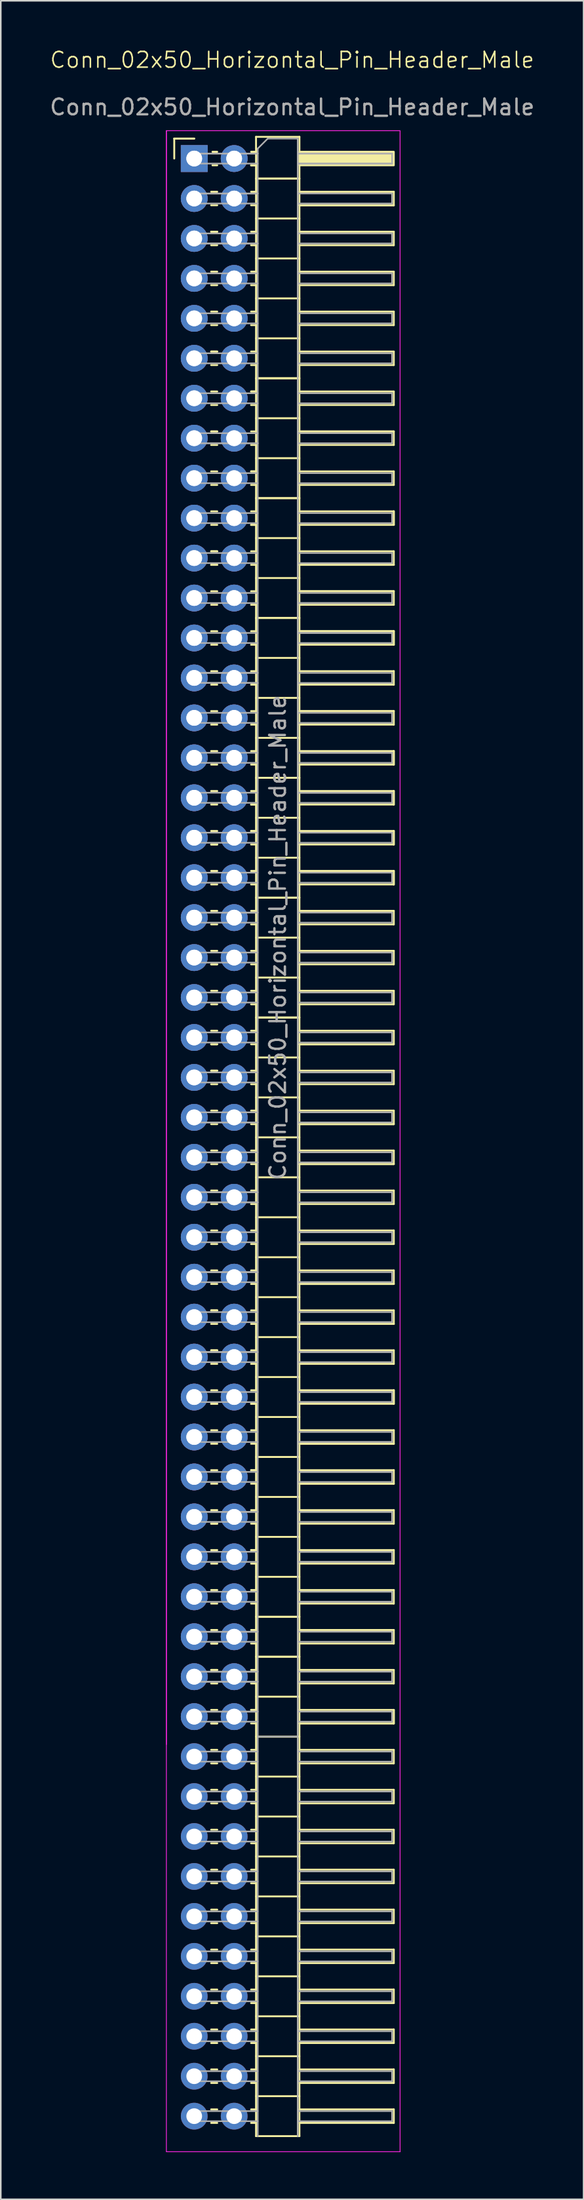
<source format=kicad_pcb>
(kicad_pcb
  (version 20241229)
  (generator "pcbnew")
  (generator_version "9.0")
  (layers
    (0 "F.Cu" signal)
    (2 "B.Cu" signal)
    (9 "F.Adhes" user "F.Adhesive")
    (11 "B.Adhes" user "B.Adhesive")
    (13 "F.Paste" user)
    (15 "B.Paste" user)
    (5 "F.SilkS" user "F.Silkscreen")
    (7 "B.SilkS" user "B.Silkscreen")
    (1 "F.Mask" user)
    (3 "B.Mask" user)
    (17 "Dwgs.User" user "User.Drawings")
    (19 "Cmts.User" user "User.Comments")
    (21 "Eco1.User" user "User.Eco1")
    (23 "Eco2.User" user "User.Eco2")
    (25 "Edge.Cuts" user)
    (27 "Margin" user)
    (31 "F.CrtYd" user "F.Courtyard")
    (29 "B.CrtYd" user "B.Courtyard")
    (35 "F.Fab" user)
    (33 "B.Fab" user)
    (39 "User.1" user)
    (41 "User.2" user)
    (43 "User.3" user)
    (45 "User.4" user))
  (footprint "Conn_02x50_Horizontal_Pin_Header_Male"
    (layer "F.Cu")
    (at 15.53 1.26)
    (property "Reference" "Conn_02x50_Horizontal_Pin_Header_Male" (at 0 -0.5 0) (unlocked yes) (layer "F.SilkS") (effects (font (size 1 1) (thickness 0.1))))
    (attr smd)
    (fp_line (start -7.5 4.5) (end -6.23 4.5) (stroke (width 0.12) (type solid)) (layer "F.SilkS"))
    (fp_line (start -7.5 4.5) (end -6.23 4.5) (stroke (width 0.12) (type solid)) (layer "F.SilkS"))
    (fp_line (start -7.5 5.77) (end -7.5 4.5) (stroke (width 0.12) (type solid)) (layer "F.SilkS"))
    (fp_line (start -5.153 7.88) (end -4.767 7.88) (stroke (width 0.12) (type solid)) (layer "F.SilkS"))
    (fp_line (start -5.153 8.74) (end -4.767 8.74) (stroke (width 0.12) (type solid)) (layer "F.SilkS"))
    (fp_line (start -5.153 10.42) (end -4.767 10.42) (stroke (width 0.12) (type solid)) (layer "F.SilkS"))
    (fp_line (start -5.153 10.42) (end -4.767 10.42) (stroke (width 0.12) (type solid)) (layer "F.SilkS"))
    (fp_line (start -5.153 11.28) (end -4.767 11.28) (stroke (width 0.12) (type solid)) (layer "F.SilkS"))
    (fp_line (start -5.153 12.96) (end -4.767 12.96) (stroke (width 0.12) (type solid)) (layer "F.SilkS"))
    (fp_line (start -5.153 13.82) (end -4.767 13.82) (stroke (width 0.12) (type solid)) (layer "F.SilkS"))
    (fp_line (start -5.153 15.5) (end -4.767 15.5) (stroke (width 0.12) (type solid)) (layer "F.SilkS"))
    (fp_line (start -5.153 16.36) (end -4.767 16.36) (stroke (width 0.12) (type solid)) (layer "F.SilkS"))
    (fp_line (start -5.153 18.04) (end -4.767 18.04) (stroke (width 0.12) (type solid)) (layer "F.SilkS"))
    (fp_line (start -5.153 18.04) (end -4.767 18.04) (stroke (width 0.12) (type solid)) (layer "F.SilkS"))
    (fp_line (start -5.153 18.9) (end -4.767 18.9) (stroke (width 0.12) (type solid)) (layer "F.SilkS"))
    (fp_line (start -5.153 20.58) (end -4.767 20.58) (stroke (width 0.12) (type solid)) (layer "F.SilkS"))
    (fp_line (start -5.153 21.44) (end -4.767 21.44) (stroke (width 0.12) (type solid)) (layer "F.SilkS"))
    (fp_line (start -5.153 23.12) (end -4.767 23.12) (stroke (width 0.12) (type solid)) (layer "F.SilkS"))
    (fp_line (start -5.153 23.12) (end -4.767 23.12) (stroke (width 0.12) (type solid)) (layer "F.SilkS"))
    (fp_line (start -5.153 23.98) (end -4.767 23.98) (stroke (width 0.12) (type solid)) (layer "F.SilkS"))
    (fp_line (start -5.153 25.66) (end -4.767 25.66) (stroke (width 0.12) (type solid)) (layer "F.SilkS"))
    (fp_line (start -5.153 26.52) (end -4.767 26.52) (stroke (width 0.12) (type solid)) (layer "F.SilkS"))
    (fp_line (start -5.153 28.2) (end -4.767 28.2) (stroke (width 0.12) (type solid)) (layer "F.SilkS"))
    (fp_line (start -5.153 29.06) (end -4.767 29.06) (stroke (width 0.12) (type solid)) (layer "F.SilkS"))
    (fp_line (start -5.153 30.74) (end -4.767 30.74) (stroke (width 0.12) (type solid)) (layer "F.SilkS"))
    (fp_line (start -5.153 30.74) (end -4.767 30.74) (stroke (width 0.12) (type solid)) (layer "F.SilkS"))
    (fp_line (start -5.153 31.6) (end -4.767 31.6) (stroke (width 0.12) (type solid)) (layer "F.SilkS"))
    (fp_line (start -5.153 31.6) (end -4.767 31.6) (stroke (width 0.12) (type solid)) (layer "F.SilkS"))
    (fp_line (start -5.153 33.28) (end -4.767 33.28) (stroke (width 0.12) (type solid)) (layer "F.SilkS"))
    (fp_line (start -5.153 34.14) (end -4.767 34.14) (stroke (width 0.12) (type solid)) (layer "F.SilkS"))
    (fp_line (start -5.153 35.82) (end -4.767 35.82) (stroke (width 0.12) (type solid)) (layer "F.SilkS"))
    (fp_line (start -5.153 36.68) (end -4.767 36.68) (stroke (width 0.12) (type solid)) (layer "F.SilkS"))
    (fp_line (start -5.153 38.36) (end -4.767 38.36) (stroke (width 0.12) (type solid)) (layer "F.SilkS"))
    (fp_line (start -5.153 39.22) (end -4.767 39.22) (stroke (width 0.12) (type solid)) (layer "F.SilkS"))
    (fp_line (start -5.153 40.9) (end -4.767 40.9) (stroke (width 0.12) (type solid)) (layer "F.SilkS"))
    (fp_line (start -5.153 41.76) (end -4.767 41.76) (stroke (width 0.12) (type solid)) (layer "F.SilkS"))
    (fp_line (start -5.153 43.44) (end -4.767 43.44) (stroke (width 0.12) (type solid)) (layer "F.SilkS"))
    (fp_line (start -5.153 44.3) (end -4.767 44.3) (stroke (width 0.12) (type solid)) (layer "F.SilkS"))
    (fp_line (start -5.153 45.98) (end -4.767 45.98) (stroke (width 0.12) (type solid)) (layer "F.SilkS"))
    (fp_line (start -5.153 46.84) (end -4.767 46.84) (stroke (width 0.12) (type solid)) (layer "F.SilkS"))
    (fp_line (start -5.153 48.52) (end -4.767 48.52) (stroke (width 0.12) (type solid)) (layer "F.SilkS"))
    (fp_line (start -5.153 49.38) (end -4.767 49.38) (stroke (width 0.12) (type solid)) (layer "F.SilkS"))
    (fp_line (start -5.153 49.38) (end -4.767 49.38) (stroke (width 0.12) (type solid)) (layer "F.SilkS"))
    (fp_line (start -5.153 51.06) (end -4.767 51.06) (stroke (width 0.12) (type solid)) (layer "F.SilkS"))
    (fp_line (start -5.153 51.92) (end -4.767 51.92) (stroke (width 0.12) (type solid)) (layer "F.SilkS"))
    (fp_line (start -5.153 53.6) (end -4.767 53.6) (stroke (width 0.12) (type solid)) (layer "F.SilkS"))
    (fp_line (start -5.153 54.46) (end -4.767 54.46) (stroke (width 0.12) (type solid)) (layer "F.SilkS"))
    (fp_line (start -5.153 56.14) (end -4.767 56.14) (stroke (width 0.12) (type solid)) (layer "F.SilkS"))
    (fp_line (start -5.153 57) (end -4.767 57) (stroke (width 0.12) (type solid)) (layer "F.SilkS"))
    (fp_line (start -5.153 57) (end -4.767 57) (stroke (width 0.12) (type solid)) (layer "F.SilkS"))
    (fp_line (start -5.153 58.68) (end -4.767 58.68) (stroke (width 0.12) (type solid)) (layer "F.SilkS"))
    (fp_line (start -5.153 59.54) (end -4.767 59.54) (stroke (width 0.12) (type solid)) (layer "F.SilkS"))
    (fp_line (start -5.153 61.22) (end -4.767 61.22) (stroke (width 0.12) (type solid)) (layer "F.SilkS"))
    (fp_line (start -5.153 62.08) (end -4.767 62.08) (stroke (width 0.12) (type solid)) (layer "F.SilkS"))
    (fp_line (start -5.153 62.08) (end -4.767 62.08) (stroke (width 0.12) (type solid)) (layer "F.SilkS"))
    (fp_line (start -5.153 63.76) (end -4.767 63.76) (stroke (width 0.12) (type solid)) (layer "F.SilkS"))
    (fp_line (start -5.153 63.76) (end -4.767 63.76) (stroke (width 0.12) (type solid)) (layer "F.SilkS"))
    (fp_line (start -5.153 64.62) (end -4.767 64.62) (stroke (width 0.12) (type solid)) (layer "F.SilkS"))
    (fp_line (start -5.153 66.3) (end -4.767 66.3) (stroke (width 0.12) (type solid)) (layer "F.SilkS"))
    (fp_line (start -5.153 67.16) (end -4.767 67.16) (stroke (width 0.12) (type solid)) (layer "F.SilkS"))
    (fp_line (start -5.153 68.84) (end -4.767 68.84) (stroke (width 0.12) (type solid)) (layer "F.SilkS"))
    (fp_line (start -5.153 69.7) (end -4.767 69.7) (stroke (width 0.12) (type solid)) (layer "F.SilkS"))
    (fp_line (start -5.153 71.38) (end -4.767 71.38) (stroke (width 0.12) (type solid)) (layer "F.SilkS"))
    (fp_line (start -5.153 72.24) (end -4.767 72.24) (stroke (width 0.12) (type solid)) (layer "F.SilkS"))
    (fp_line (start -5.153 73.92) (end -4.767 73.92) (stroke (width 0.12) (type solid)) (layer "F.SilkS"))
    (fp_line (start -5.153 74.78) (end -4.767 74.78) (stroke (width 0.12) (type solid)) (layer "F.SilkS"))
    (fp_line (start -5.153 76.46) (end -4.767 76.46) (stroke (width 0.12) (type solid)) (layer "F.SilkS"))
    (fp_line (start -5.153 77.32) (end -4.767 77.32) (stroke (width 0.12) (type solid)) (layer "F.SilkS"))
    (fp_line (start -5.153 79) (end -4.767 79) (stroke (width 0.12) (type solid)) (layer "F.SilkS"))
    (fp_line (start -5.153 79) (end -4.767 79) (stroke (width 0.12) (type solid)) (layer "F.SilkS"))
    (fp_line (start -5.153 79.86) (end -4.767 79.86) (stroke (width 0.12) (type solid)) (layer "F.SilkS"))
    (fp_line (start -5.153 81.54) (end -4.767 81.54) (stroke (width 0.12) (type solid)) (layer "F.SilkS"))
    (fp_line (start -5.153 81.54) (end -4.767 81.54) (stroke (width 0.12) (type solid)) (layer "F.SilkS"))
    (fp_line (start -5.153 82.4) (end -4.767 82.4) (stroke (width 0.12) (type solid)) (layer "F.SilkS"))
    (fp_line (start -5.153 84.08) (end -4.767 84.08) (stroke (width 0.12) (type solid)) (layer "F.SilkS"))
    (fp_line (start -5.153 84.94) (end -4.767 84.94) (stroke (width 0.12) (type solid)) (layer "F.SilkS"))
    (fp_line (start -5.153 84.94) (end -4.767 84.94) (stroke (width 0.12) (type solid)) (layer "F.SilkS"))
    (fp_line (start -5.153 86.62) (end -4.767 86.62) (stroke (width 0.12) (type solid)) (layer "F.SilkS"))
    (fp_line (start -5.153 87.48) (end -4.767 87.48) (stroke (width 0.12) (type solid)) (layer "F.SilkS"))
    (fp_line (start -5.153 89.16) (end -4.767 89.16) (stroke (width 0.12) (type solid)) (layer "F.SilkS"))
    (fp_line (start -5.153 90.02) (end -4.767 90.02) (stroke (width 0.12) (type solid)) (layer "F.SilkS"))
    (fp_line (start -5.153 91.7) (end -4.767 91.7) (stroke (width 0.12) (type solid)) (layer "F.SilkS"))
    (fp_line (start -5.153 92.56) (end -4.767 92.56) (stroke (width 0.12) (type solid)) (layer "F.SilkS"))
    (fp_line (start -5.153 92.56) (end -4.767 92.56) (stroke (width 0.12) (type solid)) (layer "F.SilkS"))
    (fp_line (start -5.153 94.24) (end -4.767 94.24) (stroke (width 0.12) (type solid)) (layer "F.SilkS"))
    (fp_line (start -5.153 95.1) (end -4.767 95.1) (stroke (width 0.12) (type solid)) (layer "F.SilkS"))
    (fp_line (start -5.153 96.78) (end -4.767 96.78) (stroke (width 0.12) (type solid)) (layer "F.SilkS"))
    (fp_line (start -5.153 97.64) (end -4.767 97.64) (stroke (width 0.12) (type solid)) (layer "F.SilkS"))
    (fp_line (start -5.153 99.32) (end -4.767 99.32) (stroke (width 0.12) (type solid)) (layer "F.SilkS"))
    (fp_line (start -5.153 100.18) (end -4.767 100.18) (stroke (width 0.12) (type solid)) (layer "F.SilkS"))
    (fp_line (start -5.153 100.18) (end -4.767 100.18) (stroke (width 0.12) (type solid)) (layer "F.SilkS"))
    (fp_line (start -5.153 101.86) (end -4.767 101.86) (stroke (width 0.12) (type solid)) (layer "F.SilkS"))
    (fp_line (start -5.153 101.86) (end -4.767 101.86) (stroke (width 0.12) (type solid)) (layer "F.SilkS"))
    (fp_line (start -5.153 102.72) (end -4.767 102.72) (stroke (width 0.12) (type solid)) (layer "F.SilkS"))
    (fp_line (start -5.153 104.4) (end -4.767 104.4) (stroke (width 0.12) (type solid)) (layer "F.SilkS"))
    (fp_line (start -5.153 105.26) (end -4.767 105.26) (stroke (width 0.12) (type solid)) (layer "F.SilkS"))
    (fp_line (start -5.153 105.26) (end -4.767 105.26) (stroke (width 0.12) (type solid)) (layer "F.SilkS"))
    (fp_line (start -5.153 106.94) (end -4.767 106.94) (stroke (width 0.12) (type solid)) (layer "F.SilkS"))
    (fp_line (start -5.153 107.8) (end -4.767 107.8) (stroke (width 0.12) (type solid)) (layer "F.SilkS"))
    (fp_line (start -5.153 109.48) (end -4.767 109.48) (stroke (width 0.12) (type solid)) (layer "F.SilkS"))
    (fp_line (start -5.153 110.34) (end -4.767 110.34) (stroke (width 0.12) (type solid)) (layer "F.SilkS"))
    (fp_line (start -5.153 112.02) (end -4.767 112.02) (stroke (width 0.12) (type solid)) (layer "F.SilkS"))
    (fp_line (start -5.153 112.88) (end -4.767 112.88) (stroke (width 0.12) (type solid)) (layer "F.SilkS"))
    (fp_line (start -5.153 114.56) (end -4.767 114.56) (stroke (width 0.12) (type solid)) (layer "F.SilkS"))
    (fp_line (start -5.153 115.42) (end -4.767 115.42) (stroke (width 0.12) (type solid)) (layer "F.SilkS"))
    (fp_line (start -5.153 117.1) (end -4.767 117.1) (stroke (width 0.12) (type solid)) (layer "F.SilkS"))
    (fp_line (start -5.153 117.96) (end -4.767 117.96) (stroke (width 0.12) (type solid)) (layer "F.SilkS"))
    (fp_line (start -5.153 119.64) (end -4.767 119.64) (stroke (width 0.12) (type solid)) (layer "F.SilkS"))
    (fp_line (start -5.153 120.5) (end -4.767 120.5) (stroke (width 0.12) (type solid)) (layer "F.SilkS"))
    (fp_line (start -5.153 122.18) (end -4.767 122.18) (stroke (width 0.12) (type solid)) (layer "F.SilkS"))
    (fp_line (start -5.153 123.04) (end -4.767 123.04) (stroke (width 0.12) (type solid)) (layer "F.SilkS"))
    (fp_line (start -5.153 124.72) (end -4.767 124.72) (stroke (width 0.12) (type solid)) (layer "F.SilkS"))
    (fp_line (start -5.153 125.58) (end -4.767 125.58) (stroke (width 0.12) (type solid)) (layer "F.SilkS"))
    (fp_line (start -5.153 127.26) (end -4.767 127.26) (stroke (width 0.12) (type solid)) (layer "F.SilkS"))
    (fp_line (start -5.153 128.12) (end -4.767 128.12) (stroke (width 0.12) (type solid)) (layer "F.SilkS"))
    (fp_line (start -5.153 129.8) (end -4.767 129.8) (stroke (width 0.12) (type solid)) (layer "F.SilkS"))
    (fp_line (start -5.153 130.66) (end -4.767 130.66) (stroke (width 0.12) (type solid)) (layer "F.SilkS"))
    (fp_line (start -5.07 5.34) (end -4.767 5.34) (stroke (width 0.12) (type solid)) (layer "F.SilkS"))
    (fp_line (start -5.07 6.2) (end -4.767 6.2) (stroke (width 0.12) (type solid)) (layer "F.SilkS"))
    (fp_line (start -2.613 5.34) (end -2.3 5.34) (stroke (width 0.12) (type solid)) (layer "F.SilkS"))
    (fp_line (start -2.613 6.2) (end -2.3 6.2) (stroke (width 0.12) (type solid)) (layer "F.SilkS"))
    (fp_line (start -2.613 6.2) (end -2.3 6.2) (stroke (width 0.12) (type solid)) (layer "F.SilkS"))
    (fp_line (start -2.613 7.88) (end -2.3 7.88) (stroke (width 0.12) (type solid)) (layer "F.SilkS"))
    (fp_line (start -2.613 8.74) (end -2.3 8.74) (stroke (width 0.12) (type solid)) (layer "F.SilkS"))
    (fp_line (start -2.613 10.42) (end -2.3 10.42) (stroke (width 0.12) (type solid)) (layer "F.SilkS"))
    (fp_line (start -2.613 11.28) (end -2.3 11.28) (stroke (width 0.12) (type solid)) (layer "F.SilkS"))
    (fp_line (start -2.613 12.96) (end -2.3 12.96) (stroke (width 0.12) (type solid)) (layer "F.SilkS"))
    (fp_line (start -2.613 13.82) (end -2.3 13.82) (stroke (width 0.12) (type solid)) (layer "F.SilkS"))
    (fp_line (start -2.613 15.5) (end -2.3 15.5) (stroke (width 0.12) (type solid)) (layer "F.SilkS"))
    (fp_line (start -2.613 16.36) (end -2.3 16.36) (stroke (width 0.12) (type solid)) (layer "F.SilkS"))
    (fp_line (start -2.613 18.04) (end -2.3 18.04) (stroke (width 0.12) (type solid)) (layer "F.SilkS"))
    (fp_line (start -2.613 18.9) (end -2.3 18.9) (stroke (width 0.12) (type solid)) (layer "F.SilkS"))
    (fp_line (start -2.613 20.58) (end -2.3 20.58) (stroke (width 0.12) (type solid)) (layer "F.SilkS"))
    (fp_line (start -2.613 20.58) (end -2.3 20.58) (stroke (width 0.12) (type solid)) (layer "F.SilkS"))
    (fp_line (start -2.613 21.44) (end -2.3 21.44) (stroke (width 0.12) (type solid)) (layer "F.SilkS"))
    (fp_line (start -2.613 23.12) (end -2.3 23.12) (stroke (width 0.12) (type solid)) (layer "F.SilkS"))
    (fp_line (start -2.613 23.98) (end -2.3 23.98) (stroke (width 0.12) (type solid)) (layer "F.SilkS"))
    (fp_line (start -2.613 25.66) (end -2.3 25.66) (stroke (width 0.12) (type solid)) (layer "F.SilkS"))
    (fp_line (start -2.613 25.66) (end -2.3 25.66) (stroke (width 0.12) (type solid)) (layer "F.SilkS"))
    (fp_line (start -2.613 26.52) (end -2.3 26.52) (stroke (width 0.12) (type solid)) (layer "F.SilkS"))
    (fp_line (start -2.613 28.2) (end -2.3 28.2) (stroke (width 0.12) (type solid)) (layer "F.SilkS"))
    (fp_line (start -2.613 29.06) (end -2.3 29.06) (stroke (width 0.12) (type solid)) (layer "F.SilkS"))
    (fp_line (start -2.613 29.06) (end -2.3 29.06) (stroke (width 0.12) (type solid)) (layer "F.SilkS"))
    (fp_line (start -2.613 30.74) (end -2.3 30.74) (stroke (width 0.12) (type solid)) (layer "F.SilkS"))
    (fp_line (start -2.613 31.6) (end -2.3 31.6) (stroke (width 0.12) (type solid)) (layer "F.SilkS"))
    (fp_line (start -2.613 33.28) (end -2.3 33.28) (stroke (width 0.12) (type solid)) (layer "F.SilkS"))
    (fp_line (start -2.613 34.14) (end -2.3 34.14) (stroke (width 0.12) (type solid)) (layer "F.SilkS"))
    (fp_line (start -2.613 35.82) (end -2.3 35.82) (stroke (width 0.12) (type solid)) (layer "F.SilkS"))
    (fp_line (start -2.613 36.68) (end -2.3 36.68) (stroke (width 0.12) (type solid)) (layer "F.SilkS"))
    (fp_line (start -2.613 38.36) (end -2.3 38.36) (stroke (width 0.12) (type solid)) (layer "F.SilkS"))
    (fp_line (start -2.613 39.22) (end -2.3 39.22) (stroke (width 0.12) (type solid)) (layer "F.SilkS"))
    (fp_line (start -2.613 40.9) (end -2.3 40.9) (stroke (width 0.12) (type solid)) (layer "F.SilkS"))
    (fp_line (start -2.613 41.76) (end -2.3 41.76) (stroke (width 0.12) (type solid)) (layer "F.SilkS"))
    (fp_line (start -2.613 43.44) (end -2.3 43.44) (stroke (width 0.12) (type solid)) (layer "F.SilkS"))
    (fp_line (start -2.613 44.3) (end -2.3 44.3) (stroke (width 0.12) (type solid)) (layer "F.SilkS"))
    (fp_line (start -2.613 45.98) (end -2.3 45.98) (stroke (width 0.12) (type solid)) (layer "F.SilkS"))
    (fp_line (start -2.613 46.84) (end -2.3 46.84) (stroke (width 0.12) (type solid)) (layer "F.SilkS"))
    (fp_line (start -2.613 46.84) (end -2.3 46.84) (stroke (width 0.12) (type solid)) (layer "F.SilkS"))
    (fp_line (start -2.613 48.52) (end -2.3 48.52) (stroke (width 0.12) (type solid)) (layer "F.SilkS"))
    (fp_line (start -2.613 48.52) (end -2.3 48.52) (stroke (width 0.12) (type solid)) (layer "F.SilkS"))
    (fp_line (start -2.613 49.38) (end -2.3 49.38) (stroke (width 0.12) (type solid)) (layer "F.SilkS"))
    (fp_line (start -2.613 51.06) (end -2.3 51.06) (stroke (width 0.12) (type solid)) (layer "F.SilkS"))
    (fp_line (start -2.613 51.92) (end -2.3 51.92) (stroke (width 0.12) (type solid)) (layer "F.SilkS"))
    (fp_line (start -2.613 53.6) (end -2.3 53.6) (stroke (width 0.12) (type solid)) (layer "F.SilkS"))
    (fp_line (start -2.613 54.46) (end -2.3 54.46) (stroke (width 0.12) (type solid)) (layer "F.SilkS"))
    (fp_line (start -2.613 56.14) (end -2.3 56.14) (stroke (width 0.12) (type solid)) (layer "F.SilkS"))
    (fp_line (start -2.613 57) (end -2.3 57) (stroke (width 0.12) (type solid)) (layer "F.SilkS"))
    (fp_line (start -2.613 58.68) (end -2.3 58.68) (stroke (width 0.12) (type solid)) (layer "F.SilkS"))
    (fp_line (start -2.613 59.54) (end -2.3 59.54) (stroke (width 0.12) (type solid)) (layer "F.SilkS"))
    (fp_line (start -2.613 61.22) (end -2.3 61.22) (stroke (width 0.12) (type solid)) (layer "F.SilkS"))
    (fp_line (start -2.613 62.08) (end -2.3 62.08) (stroke (width 0.12) (type solid)) (layer "F.SilkS"))
    (fp_line (start -2.613 63.76) (end -2.3 63.76) (stroke (width 0.12) (type solid)) (layer "F.SilkS"))
    (fp_line (start -2.613 64.62) (end -2.3 64.62) (stroke (width 0.12) (type solid)) (layer "F.SilkS"))
    (fp_line (start -2.613 66.3) (end -2.3 66.3) (stroke (width 0.12) (type solid)) (layer "F.SilkS"))
    (fp_line (start -2.613 67.16) (end -2.3 67.16) (stroke (width 0.12) (type solid)) (layer "F.SilkS"))
    (fp_line (start -2.613 68.84) (end -2.3 68.84) (stroke (width 0.12) (type solid)) (layer "F.SilkS"))
    (fp_line (start -2.613 69.7) (end -2.3 69.7) (stroke (width 0.12) (type solid)) (layer "F.SilkS"))
    (fp_line (start -2.613 71.38) (end -2.3 71.38) (stroke (width 0.12) (type solid)) (layer "F.SilkS"))
    (fp_line (start -2.613 72.24) (end -2.3 72.24) (stroke (width 0.12) (type solid)) (layer "F.SilkS"))
    (fp_line (start -2.613 73.92) (end -2.3 73.92) (stroke (width 0.12) (type solid)) (layer "F.SilkS"))
    (fp_line (start -2.613 74.78) (end -2.3 74.78) (stroke (width 0.12) (type solid)) (layer "F.SilkS"))
    (fp_line (start -2.613 76.46) (end -2.3 76.46) (stroke (width 0.12) (type solid)) (layer "F.SilkS"))
    (fp_line (start -2.613 77.32) (end -2.3 77.32) (stroke (width 0.12) (type solid)) (layer "F.SilkS"))
    (fp_line (start -2.613 79) (end -2.3 79) (stroke (width 0.12) (type solid)) (layer "F.SilkS"))
    (fp_line (start -2.613 79.86) (end -2.3 79.86) (stroke (width 0.12) (type solid)) (layer "F.SilkS"))
    (fp_line (start -2.613 81.54) (end -2.3 81.54) (stroke (width 0.12) (type solid)) (layer "F.SilkS"))
    (fp_line (start -2.613 82.4) (end -2.3 82.4) (stroke (width 0.12) (type solid)) (layer "F.SilkS"))
    (fp_line (start -2.613 84.08) (end -2.3 84.08) (stroke (width 0.12) (type solid)) (layer "F.SilkS"))
    (fp_line (start -2.613 84.94) (end -2.3 84.94) (stroke (width 0.12) (type solid)) (layer "F.SilkS"))
    (fp_line (start -2.613 84.94) (end -2.3 84.94) (stroke (width 0.12) (type solid)) (layer "F.SilkS"))
    (fp_line (start -2.613 86.62) (end -2.3 86.62) (stroke (width 0.12) (type solid)) (layer "F.SilkS"))
    (fp_line (start -2.613 87.48) (end -2.3 87.48) (stroke (width 0.12) (type solid)) (layer "F.SilkS"))
    (fp_line (start -2.613 89.16) (end -2.3 89.16) (stroke (width 0.12) (type solid)) (layer "F.SilkS"))
    (fp_line (start -2.613 89.16) (end -2.3 89.16) (stroke (width 0.12) (type solid)) (layer "F.SilkS"))
    (fp_line (start -2.613 90.02) (end -2.3 90.02) (stroke (width 0.12) (type solid)) (layer "F.SilkS"))
    (fp_line (start -2.613 91.7) (end -2.3 91.7) (stroke (width 0.12) (type solid)) (layer "F.SilkS"))
    (fp_line (start -2.613 92.56) (end -2.3 92.56) (stroke (width 0.12) (type solid)) (layer "F.SilkS"))
    (fp_line (start -2.613 94.24) (end -2.3 94.24) (stroke (width 0.12) (type solid)) (layer "F.SilkS"))
    (fp_line (start -2.613 94.24) (end -2.3 94.24) (stroke (width 0.12) (type solid)) (layer "F.SilkS"))
    (fp_line (start -2.613 95.1) (end -2.3 95.1) (stroke (width 0.12) (type solid)) (layer "F.SilkS"))
    (fp_line (start -2.613 96.78) (end -2.3 96.78) (stroke (width 0.12) (type solid)) (layer "F.SilkS"))
    (fp_line (start -2.613 97.64) (end -2.3 97.64) (stroke (width 0.12) (type solid)) (layer "F.SilkS"))
    (fp_line (start -2.613 99.32) (end -2.3 99.32) (stroke (width 0.12) (type solid)) (layer "F.SilkS"))
    (fp_line (start -2.613 100.18) (end -2.3 100.18) (stroke (width 0.12) (type solid)) (layer "F.SilkS"))
    (fp_line (start -2.613 101.86) (end -2.3 101.86) (stroke (width 0.12) (type solid)) (layer "F.SilkS"))
    (fp_line (start -2.613 102.72) (end -2.3 102.72) (stroke (width 0.12) (type solid)) (layer "F.SilkS"))
    (fp_line (start -2.613 104.4) (end -2.3 104.4) (stroke (width 0.12) (type solid)) (layer "F.SilkS"))
    (fp_line (start -2.613 104.4) (end -2.3 104.4) (stroke (width 0.12) (type solid)) (layer "F.SilkS"))
    (fp_line (start -2.613 105.26) (end -2.3 105.26) (stroke (width 0.12) (type solid)) (layer "F.SilkS"))
    (fp_line (start -2.613 106.94) (end -2.3 106.94) (stroke (width 0.12) (type solid)) (layer "F.SilkS"))
    (fp_line (start -2.613 107.8) (end -2.3 107.8) (stroke (width 0.12) (type solid)) (layer "F.SilkS"))
    (fp_line (start -2.613 109.48) (end -2.3 109.48) (stroke (width 0.12) (type solid)) (layer "F.SilkS"))
    (fp_line (start -2.613 110.34) (end -2.3 110.34) (stroke (width 0.12) (type solid)) (layer "F.SilkS"))
    (fp_line (start -2.613 112.02) (end -2.3 112.02) (stroke (width 0.12) (type solid)) (layer "F.SilkS"))
    (fp_line (start -2.613 112.88) (end -2.3 112.88) (stroke (width 0.12) (type solid)) (layer "F.SilkS"))
    (fp_line (start -2.613 114.56) (end -2.3 114.56) (stroke (width 0.12) (type solid)) (layer "F.SilkS"))
    (fp_line (start -2.613 115.42) (end -2.3 115.42) (stroke (width 0.12) (type solid)) (layer "F.SilkS"))
    (fp_line (start -2.613 117.1) (end -2.3 117.1) (stroke (width 0.12) (type solid)) (layer "F.SilkS"))
    (fp_line (start -2.613 117.96) (end -2.3 117.96) (stroke (width 0.12) (type solid)) (layer "F.SilkS"))
    (fp_line (start -2.613 119.64) (end -2.3 119.64) (stroke (width 0.12) (type solid)) (layer "F.SilkS"))
    (fp_line (start -2.613 120.5) (end -2.3 120.5) (stroke (width 0.12) (type solid)) (layer "F.SilkS"))
    (fp_line (start -2.613 122.18) (end -2.3 122.18) (stroke (width 0.12) (type solid)) (layer "F.SilkS"))
    (fp_line (start -2.613 123.04) (end -2.3 123.04) (stroke (width 0.12) (type solid)) (layer "F.SilkS"))
    (fp_line (start -2.613 124.72) (end -2.3 124.72) (stroke (width 0.12) (type solid)) (layer "F.SilkS"))
    (fp_line (start -2.613 125.58) (end -2.3 125.58) (stroke (width 0.12) (type solid)) (layer "F.SilkS"))
    (fp_line (start -2.613 127.26) (end -2.3 127.26) (stroke (width 0.12) (type solid)) (layer "F.SilkS"))
    (fp_line (start -2.613 128.12) (end -2.3 128.12) (stroke (width 0.12) (type solid)) (layer "F.SilkS"))
    (fp_line (start -2.613 129.8) (end -2.3 129.8) (stroke (width 0.12) (type solid)) (layer "F.SilkS"))
    (fp_line (start -2.613 130.66) (end -2.3 130.66) (stroke (width 0.12) (type solid)) (layer "F.SilkS"))
    (fp_line (start -2.3 4.39) (end -2.3 131.5) (stroke (width 0.12) (type solid)) (layer "F.SilkS"))
    (fp_line (start -2.3 7.04) (end 0.46 7.04) (stroke (width 0.12) (type solid)) (layer "F.SilkS"))
    (fp_line (start -2.3 7.04) (end 0.46 7.04) (stroke (width 0.12) (type solid)) (layer "F.SilkS"))
    (fp_line (start -2.3 9.58) (end 0.46 9.58) (stroke (width 0.12) (type solid)) (layer "F.SilkS"))
    (fp_line (start -2.3 12.12) (end 0.46 12.12) (stroke (width 0.12) (type solid)) (layer "F.SilkS"))
    (fp_line (start -2.3 14.66) (end 0.46 14.66) (stroke (width 0.12) (type solid)) (layer "F.SilkS"))
    (fp_line (start -2.3 17.2) (end 0.46 17.2) (stroke (width 0.12) (type solid)) (layer "F.SilkS"))
    (fp_line (start -2.3 19.74) (end 0.46 19.74) (stroke (width 0.12) (type solid)) (layer "F.SilkS"))
    (fp_line (start -2.3 19.74) (end 0.46 19.74) (stroke (width 0.12) (type solid)) (layer "F.SilkS"))
    (fp_line (start -2.3 22.28) (end 0.46 22.28) (stroke (width 0.12) (type solid)) (layer "F.SilkS"))
    (fp_line (start -2.3 24.82) (end 0.46 24.82) (stroke (width 0.12) (type solid)) (layer "F.SilkS"))
    (fp_line (start -2.3 27.36) (end 0.46 27.36) (stroke (width 0.12) (type solid)) (layer "F.SilkS"))
    (fp_line (start -2.3 27.36) (end 0.46 27.36) (stroke (width 0.12) (type solid)) (layer "F.SilkS"))
    (fp_line (start -2.3 29.9) (end 0.46 29.9) (stroke (width 0.12) (type solid)) (layer "F.SilkS"))
    (fp_line (start -2.3 32.44) (end 0.46 32.44) (stroke (width 0.12) (type solid)) (layer "F.SilkS"))
    (fp_line (start -2.3 34.98) (end 0.46 34.98) (stroke (width 0.12) (type solid)) (layer "F.SilkS"))
    (fp_line (start -2.3 34.98) (end 0.46 34.98) (stroke (width 0.12) (type solid)) (layer "F.SilkS"))
    (fp_line (start -2.3 37.52) (end 0.46 37.52) (stroke (width 0.12) (type solid)) (layer "F.SilkS"))
    (fp_line (start -2.3 40.06) (end 0.46 40.06) (stroke (width 0.12) (type solid)) (layer "F.SilkS"))
    (fp_line (start -2.3 42.6) (end 0.46 42.6) (stroke (width 0.12) (type solid)) (layer "F.SilkS"))
    (fp_line (start -2.3 45.14) (end 0.46 45.14) (stroke (width 0.12) (type solid)) (layer "F.SilkS"))
    (fp_line (start -2.3 45.14) (end 0.46 45.14) (stroke (width 0.12) (type solid)) (layer "F.SilkS"))
    (fp_line (start -2.3 47.68) (end 0.46 47.68) (stroke (width 0.12) (type solid)) (layer "F.SilkS"))
    (fp_line (start -2.3 50.22) (end 0.46 50.22) (stroke (width 0.12) (type solid)) (layer "F.SilkS"))
    (fp_line (start -2.3 52.76) (end 0.46 52.76) (stroke (width 0.12) (type solid)) (layer "F.SilkS"))
    (fp_line (start -2.3 52.76) (end 0.46 52.76) (stroke (width 0.12) (type solid)) (layer "F.SilkS"))
    (fp_line (start -2.3 55.3) (end 0.46 55.3) (stroke (width 0.12) (type solid)) (layer "F.SilkS"))
    (fp_line (start -2.3 57.84) (end 0.46 57.84) (stroke (width 0.12) (type solid)) (layer "F.SilkS"))
    (fp_line (start -2.3 60.38) (end 0.46 60.38) (stroke (width 0.12) (type solid)) (layer "F.SilkS"))
    (fp_line (start -2.3 60.38) (end 0.46 60.38) (stroke (width 0.12) (type solid)) (layer "F.SilkS"))
    (fp_line (start -2.3 62.92) (end 0.46 62.92) (stroke (width 0.12) (type solid)) (layer "F.SilkS"))
    (fp_line (start -2.3 65.46) (end 0.46 65.46) (stroke (width 0.12) (type solid)) (layer "F.SilkS"))
    (fp_line (start -2.3 68) (end 0.46 68) (stroke (width 0.12) (type solid)) (layer "F.SilkS"))
    (fp_line (start -2.3 70.54) (end 0.46 70.54) (stroke (width 0.12) (type solid)) (layer "F.SilkS"))
    (fp_line (start -2.3 73.08) (end 0.46 73.08) (stroke (width 0.12) (type solid)) (layer "F.SilkS"))
    (fp_line (start -2.3 75.62) (end 0.46 75.62) (stroke (width 0.12) (type solid)) (layer "F.SilkS"))
    (fp_line (start -2.3 78.16) (end 0.46 78.16) (stroke (width 0.12) (type solid)) (layer "F.SilkS"))
    (fp_line (start -2.3 80.7) (end 0.46 80.7) (stroke (width 0.12) (type solid)) (layer "F.SilkS"))
    (fp_line (start -2.3 83.24) (end 0.46 83.24) (stroke (width 0.12) (type solid)) (layer "F.SilkS"))
    (fp_line (start -2.3 85.78) (end 0.46 85.78) (stroke (width 0.12) (type solid)) (layer "F.SilkS"))
    (fp_line (start -2.3 88.32) (end 0.46 88.32) (stroke (width 0.12) (type solid)) (layer "F.SilkS"))
    (fp_line (start -2.3 90.86) (end 0.46 90.86) (stroke (width 0.12) (type solid)) (layer "F.SilkS"))
    (fp_line (start -2.3 93.4) (end 0.46 93.4) (stroke (width 0.12) (type solid)) (layer "F.SilkS"))
    (fp_line (start -2.3 95.94) (end 0.46 95.94) (stroke (width 0.12) (type solid)) (layer "F.SilkS"))
    (fp_line (start -2.3 98.48) (end 0.46 98.48) (stroke (width 0.12) (type solid)) (layer "F.SilkS"))
    (fp_line (start -2.3 98.48) (end 0.46 98.48) (stroke (width 0.12) (type solid)) (layer "F.SilkS"))
    (fp_line (start -2.3 101.02) (end 0.46 101.02) (stroke (width 0.12) (type solid)) (layer "F.SilkS"))
    (fp_line (start -2.3 101.02) (end 0.46 101.02) (stroke (width 0.12) (type solid)) (layer "F.SilkS"))
    (fp_line (start -2.3 103.56) (end 0.46 103.56) (stroke (width 0.12) (type solid)) (layer "F.SilkS"))
    (fp_line (start -2.3 106.1) (end 0.46 106.1) (stroke (width 0.12) (type solid)) (layer "F.SilkS"))
    (fp_line (start -2.3 108.64) (end 0.46 108.64) (stroke (width 0.12) (type solid)) (layer "F.SilkS"))
    (fp_line (start -2.3 111.18) (end 0.46 111.18) (stroke (width 0.12) (type solid)) (layer "F.SilkS"))
    (fp_line (start -2.3 113.72) (end 0.46 113.72) (stroke (width 0.12) (type solid)) (layer "F.SilkS"))
    (fp_line (start -2.3 116.26) (end 0.46 116.26) (stroke (width 0.12) (type solid)) (layer "F.SilkS"))
    (fp_line (start -2.3 118.8) (end 0.46 118.8) (stroke (width 0.12) (type solid)) (layer "F.SilkS"))
    (fp_line (start -2.3 121.34) (end 0.46 121.34) (stroke (width 0.12) (type solid)) (layer "F.SilkS"))
    (fp_line (start -2.3 123.88) (end 0.46 123.88) (stroke (width 0.12) (type solid)) (layer "F.SilkS"))
    (fp_line (start -2.3 126.42) (end 0.46 126.42) (stroke (width 0.12) (type solid)) (layer "F.SilkS"))
    (fp_line (start -2.3 128.96) (end 0.46 128.96) (stroke (width 0.12) (type solid)) (layer "F.SilkS"))
    (fp_line (start -2.3 131.5) (end 0.46 131.5) (stroke (width 0.12) (type solid)) (layer "F.SilkS"))
    (fp_line (start 0.46 4.39) (end -2.3 4.39) (stroke (width 0.12) (type solid)) (layer "F.SilkS"))
    (fp_line (start 0.46 7.88) (end 6.46 7.88) (stroke (width 0.12) (type solid)) (layer "F.SilkS"))
    (fp_line (start 0.46 10.42) (end 6.46 10.42) (stroke (width 0.12) (type solid)) (layer "F.SilkS"))
    (fp_line (start 0.46 12.96) (end 6.46 12.96) (stroke (width 0.12) (type solid)) (layer "F.SilkS"))
    (fp_line (start 0.46 15.5) (end 6.46 15.5) (stroke (width 0.12) (type solid)) (layer "F.SilkS"))
    (fp_line (start 0.46 18.04) (end 6.46 18.04) (stroke (width 0.12) (type solid)) (layer "F.SilkS"))
    (fp_line (start 0.46 20.58) (end 6.46 20.58) (stroke (width 0.12) (type solid)) (layer "F.SilkS"))
    (fp_line (start 0.46 23.12) (end 6.46 23.12) (stroke (width 0.12) (type solid)) (layer "F.SilkS"))
    (fp_line (start 0.46 23.12) (end 6.46 23.12) (stroke (width 0.12) (type solid)) (layer "F.SilkS"))
    (fp_line (start 0.46 25.66) (end 6.46 25.66) (stroke (width 0.12) (type solid)) (layer "F.SilkS"))
    (fp_line (start 0.46 28.2) (end 6.46 28.2) (stroke (width 0.12) (type solid)) (layer "F.SilkS"))
    (fp_line (start 0.46 30.74) (end 6.46 30.74) (stroke (width 0.12) (type solid)) (layer "F.SilkS"))
    (fp_line (start 0.46 33.28) (end 6.46 33.28) (stroke (width 0.12) (type solid)) (layer "F.SilkS"))
    (fp_line (start 0.46 33.28) (end 6.46 33.28) (stroke (width 0.12) (type solid)) (layer "F.SilkS"))
    (fp_line (start 0.46 35.82) (end 6.46 35.82) (stroke (width 0.12) (type solid)) (layer "F.SilkS"))
    (fp_line (start 0.46 35.82) (end 6.46 35.82) (stroke (width 0.12) (type solid)) (layer "F.SilkS"))
    (fp_line (start 0.46 38.36) (end 6.46 38.36) (stroke (width 0.12) (type solid)) (layer "F.SilkS"))
    (fp_line (start 0.46 40.9) (end 6.46 40.9) (stroke (width 0.12) (type solid)) (layer "F.SilkS"))
    (fp_line (start 0.46 40.9) (end 6.46 40.9) (stroke (width 0.12) (type solid)) (layer "F.SilkS"))
    (fp_line (start 0.46 43.44) (end 6.46 43.44) (stroke (width 0.12) (type solid)) (layer "F.SilkS"))
    (fp_line (start 0.46 45.98) (end 6.46 45.98) (stroke (width 0.12) (type solid)) (layer "F.SilkS"))
    (fp_line (start 0.46 48.52) (end 6.46 48.52) (stroke (width 0.12) (type solid)) (layer "F.SilkS"))
    (fp_line (start 0.46 51.06) (end 6.46 51.06) (stroke (width 0.12) (type solid)) (layer "F.SilkS"))
    (fp_line (start 0.46 53.6) (end 6.46 53.6) (stroke (width 0.12) (type solid)) (layer "F.SilkS"))
    (fp_line (start 0.46 56.14) (end 6.46 56.14) (stroke (width 0.12) (type solid)) (layer "F.SilkS"))
    (fp_line (start 0.46 58.68) (end 6.46 58.68) (stroke (width 0.12) (type solid)) (layer "F.SilkS"))
    (fp_line (start 0.46 61.22) (end 6.46 61.22) (stroke (width 0.12) (type solid)) (layer "F.SilkS"))
    (fp_line (start 0.46 63.76) (end 6.46 63.76) (stroke (width 0.12) (type solid)) (layer "F.SilkS"))
    (fp_line (start 0.46 66.3) (end 6.46 66.3) (stroke (width 0.12) (type solid)) (layer "F.SilkS"))
    (fp_line (start 0.46 68.84) (end 6.46 68.84) (stroke (width 0.12) (type solid)) (layer "F.SilkS"))
    (fp_line (start 0.46 71.38) (end 6.46 71.38) (stroke (width 0.12) (type solid)) (layer "F.SilkS"))
    (fp_line (start 0.46 73.92) (end 6.46 73.92) (stroke (width 0.12) (type solid)) (layer "F.SilkS"))
    (fp_line (start 0.46 76.46) (end 6.46 76.46) (stroke (width 0.12) (type solid)) (layer "F.SilkS"))
    (fp_line (start 0.46 79) (end 6.46 79) (stroke (width 0.12) (type solid)) (layer "F.SilkS"))
    (fp_line (start 0.46 81.54) (end 6.46 81.54) (stroke (width 0.12) (type solid)) (layer "F.SilkS"))
    (fp_line (start 0.46 84.08) (end 6.46 84.08) (stroke (width 0.12) (type solid)) (layer "F.SilkS"))
    (fp_line (start 0.46 86.62) (end 6.46 86.62) (stroke (width 0.12) (type solid)) (layer "F.SilkS"))
    (fp_line (start 0.46 89.16) (end 6.46 89.16) (stroke (width 0.12) (type solid)) (layer "F.SilkS"))
    (fp_line (start 0.46 91.7) (end 6.46 91.7) (stroke (width 0.12) (type solid)) (layer "F.SilkS"))
    (fp_line (start 0.46 94.24) (end 6.46 94.24) (stroke (width 0.12) (type solid)) (layer "F.SilkS"))
    (fp_line (start 0.46 96.78) (end 6.46 96.78) (stroke (width 0.12) (type solid)) (layer "F.SilkS"))
    (fp_line (start 0.46 99.32) (end 6.46 99.32) (stroke (width 0.12) (type solid)) (layer "F.SilkS"))
    (fp_line (start 0.46 101.86) (end 6.46 101.86) (stroke (width 0.12) (type solid)) (layer "F.SilkS"))
    (fp_line (start 0.46 104.4) (end 6.46 104.4) (stroke (width 0.12) (type solid)) (layer "F.SilkS"))
    (fp_line (start 0.46 106.94) (end 6.46 106.94) (stroke (width 0.12) (type solid)) (layer "F.SilkS"))
    (fp_line (start 0.46 109.48) (end 6.46 109.48) (stroke (width 0.12) (type solid)) (layer "F.SilkS"))
    (fp_line (start 0.46 112.02) (end 6.46 112.02) (stroke (width 0.12) (type solid)) (layer "F.SilkS"))
    (fp_line (start 0.46 114.56) (end 6.46 114.56) (stroke (width 0.12) (type solid)) (layer "F.SilkS"))
    (fp_line (start 0.46 117.1) (end 6.46 117.1) (stroke (width 0.12) (type solid)) (layer "F.SilkS"))
    (fp_line (start 0.46 119.64) (end 6.46 119.64) (stroke (width 0.12) (type solid)) (layer "F.SilkS"))
    (fp_line (start 0.46 122.18) (end 6.46 122.18) (stroke (width 0.12) (type solid)) (layer "F.SilkS"))
    (fp_line (start 0.46 124.72) (end 6.46 124.72) (stroke (width 0.12) (type solid)) (layer "F.SilkS"))
    (fp_line (start 0.46 127.26) (end 6.46 127.26) (stroke (width 0.12) (type solid)) (layer "F.SilkS"))
    (fp_line (start 0.46 129.8) (end 6.46 129.8) (stroke (width 0.12) (type solid)) (layer "F.SilkS"))
    (fp_line (start 0.46 131.5) (end 0.46 4.39) (stroke (width 0.12) (type solid)) (layer "F.SilkS"))
    (fp_line (start 6.46 7.88) (end 6.46 8.74) (stroke (width 0.12) (type solid)) (layer "F.SilkS"))
    (fp_line (start 6.46 8.74) (end 0.46 8.74) (stroke (width 0.12) (type solid)) (layer "F.SilkS"))
    (fp_line (start 6.46 8.74) (end 0.46 8.74) (stroke (width 0.12) (type solid)) (layer "F.SilkS"))
    (fp_line (start 6.46 10.42) (end 6.46 11.28) (stroke (width 0.12) (type solid)) (layer "F.SilkS"))
    (fp_line (start 6.46 11.28) (end 0.46 11.28) (stroke (width 0.12) (type solid)) (layer "F.SilkS"))
    (fp_line (start 6.46 12.96) (end 6.46 13.82) (stroke (width 0.12) (type solid)) (layer "F.SilkS"))
    (fp_line (start 6.46 13.82) (end 0.46 13.82) (stroke (width 0.12) (type solid)) (layer "F.SilkS"))
    (fp_line (start 6.46 15.5) (end 6.46 16.36) (stroke (width 0.12) (type solid)) (layer "F.SilkS"))
    (fp_line (start 6.46 16.36) (end 0.46 16.36) (stroke (width 0.12) (type solid)) (layer "F.SilkS"))
    (fp_line (start 6.46 18.04) (end 6.46 18.9) (stroke (width 0.12) (type solid)) (layer "F.SilkS"))
    (fp_line (start 6.46 18.9) (end 0.46 18.9) (stroke (width 0.12) (type solid)) (layer "F.SilkS"))
    (fp_line (start 6.46 20.58) (end 6.46 21.44) (stroke (width 0.12) (type solid)) (layer "F.SilkS"))
    (fp_line (start 6.46 21.44) (end 0.46 21.44) (stroke (width 0.12) (type solid)) (layer "F.SilkS"))
    (fp_line (start 6.46 23.12) (end 6.46 23.98) (stroke (width 0.12) (type solid)) (layer "F.SilkS"))
    (fp_line (start 6.46 23.98) (end 0.46 23.98) (stroke (width 0.12) (type solid)) (layer "F.SilkS"))
    (fp_line (start 6.46 25.66) (end 6.46 26.52) (stroke (width 0.12) (type solid)) (layer "F.SilkS"))
    (fp_line (start 6.46 26.52) (end 0.46 26.52) (stroke (width 0.12) (type solid)) (layer "F.SilkS"))
    (fp_line (start 6.46 28.2) (end 6.46 29.06) (stroke (width 0.12) (type solid)) (layer "F.SilkS"))
    (fp_line (start 6.46 28.2) (end 6.46 29.06) (stroke (width 0.12) (type solid)) (layer "F.SilkS"))
    (fp_line (start 6.46 29.06) (end 0.46 29.06) (stroke (width 0.12) (type solid)) (layer "F.SilkS"))
    (fp_line (start 6.46 30.74) (end 6.46 31.6) (stroke (width 0.12) (type solid)) (layer "F.SilkS"))
    (fp_line (start 6.46 31.6) (end 0.46 31.6) (stroke (width 0.12) (type solid)) (layer "F.SilkS"))
    (fp_line (start 6.46 31.6) (end 0.46 31.6) (stroke (width 0.12) (type solid)) (layer "F.SilkS"))
    (fp_line (start 6.46 33.28) (end 6.46 34.14) (stroke (width 0.12) (type solid)) (layer "F.SilkS"))
    (fp_line (start 6.46 34.14) (end 0.46 34.14) (stroke (width 0.12) (type solid)) (layer "F.SilkS"))
    (fp_line (start 6.46 35.82) (end 6.46 36.68) (stroke (width 0.12) (type solid)) (layer "F.SilkS"))
    (fp_line (start 6.46 35.82) (end 6.46 36.68) (stroke (width 0.12) (type solid)) (layer "F.SilkS"))
    (fp_line (start 6.46 36.68) (end 0.46 36.68) (stroke (width 0.12) (type solid)) (layer "F.SilkS"))
    (fp_line (start 6.46 38.36) (end 6.46 39.22) (stroke (width 0.12) (type solid)) (layer "F.SilkS"))
    (fp_line (start 6.46 39.22) (end 0.46 39.22) (stroke (width 0.12) (type solid)) (layer "F.SilkS"))
    (fp_line (start 6.46 40.9) (end 6.46 41.76) (stroke (width 0.12) (type solid)) (layer "F.SilkS"))
    (fp_line (start 6.46 41.76) (end 0.46 41.76) (stroke (width 0.12) (type solid)) (layer "F.SilkS"))
    (fp_line (start 6.46 43.44) (end 6.46 44.3) (stroke (width 0.12) (type solid)) (layer "F.SilkS"))
    (fp_line (start 6.46 43.44) (end 6.46 44.3) (stroke (width 0.12) (type solid)) (layer "F.SilkS"))
    (fp_line (start 6.46 44.3) (end 0.46 44.3) (stroke (width 0.12) (type solid)) (layer "F.SilkS"))
    (fp_line (start 6.46 45.98) (end 6.46 46.84) (stroke (width 0.12) (type solid)) (layer "F.SilkS"))
    (fp_line (start 6.46 45.98) (end 6.46 46.84) (stroke (width 0.12) (type solid)) (layer "F.SilkS"))
    (fp_line (start 6.46 46.84) (end 0.46 46.84) (stroke (width 0.12) (type solid)) (layer "F.SilkS"))
    (fp_line (start 6.46 48.52) (end 6.46 49.38) (stroke (width 0.12) (type solid)) (layer "F.SilkS"))
    (fp_line (start 6.46 48.52) (end 6.46 49.38) (stroke (width 0.12) (type solid)) (layer "F.SilkS"))
    (fp_line (start 6.46 49.38) (end 0.46 49.38) (stroke (width 0.12) (type solid)) (layer "F.SilkS"))
    (fp_line (start 6.46 51.06) (end 6.46 51.92) (stroke (width 0.12) (type solid)) (layer "F.SilkS"))
    (fp_line (start 6.46 51.06) (end 6.46 51.92) (stroke (width 0.12) (type solid)) (layer "F.SilkS"))
    (fp_line (start 6.46 51.92) (end 0.46 51.92) (stroke (width 0.12) (type solid)) (layer "F.SilkS"))
    (fp_line (start 6.46 53.6) (end 6.46 54.46) (stroke (width 0.12) (type solid)) (layer "F.SilkS"))
    (fp_line (start 6.46 54.46) (end 0.46 54.46) (stroke (width 0.12) (type solid)) (layer "F.SilkS"))
    (fp_line (start 6.46 56.14) (end 6.46 57) (stroke (width 0.12) (type solid)) (layer "F.SilkS"))
    (fp_line (start 6.46 57) (end 0.46 57) (stroke (width 0.12) (type solid)) (layer "F.SilkS"))
    (fp_line (start 6.46 58.68) (end 6.46 59.54) (stroke (width 0.12) (type solid)) (layer "F.SilkS"))
    (fp_line (start 6.46 59.54) (end 0.46 59.54) (stroke (width 0.12) (type solid)) (layer "F.SilkS"))
    (fp_line (start 6.46 61.22) (end 6.46 62.08) (stroke (width 0.12) (type solid)) (layer "F.SilkS"))
    (fp_line (start 6.46 62.08) (end 0.46 62.08) (stroke (width 0.12) (type solid)) (layer "F.SilkS"))
    (fp_line (start 6.46 62.08) (end 0.46 62.08) (stroke (width 0.12) (type solid)) (layer "F.SilkS"))
    (fp_line (start 6.46 63.76) (end 6.46 64.62) (stroke (width 0.12) (type solid)) (layer "F.SilkS"))
    (fp_line (start 6.46 64.62) (end 0.46 64.62) (stroke (width 0.12) (type solid)) (layer "F.SilkS"))
    (fp_line (start 6.46 66.3) (end 6.46 67.16) (stroke (width 0.12) (type solid)) (layer "F.SilkS"))
    (fp_line (start 6.46 67.16) (end 0.46 67.16) (stroke (width 0.12) (type solid)) (layer "F.SilkS"))
    (fp_line (start 6.46 67.16) (end 0.46 67.16) (stroke (width 0.12) (type solid)) (layer "F.SilkS"))
    (fp_line (start 6.46 68.84) (end 6.46 69.7) (stroke (width 0.12) (type solid)) (layer "F.SilkS"))
    (fp_line (start 6.46 69.7) (end 0.46 69.7) (stroke (width 0.12) (type solid)) (layer "F.SilkS"))
    (fp_line (start 6.46 69.7) (end 0.46 69.7) (stroke (width 0.12) (type solid)) (layer "F.SilkS"))
    (fp_line (start 6.46 71.38) (end 6.46 72.24) (stroke (width 0.12) (type solid)) (layer "F.SilkS"))
    (fp_line (start 6.46 72.24) (end 0.46 72.24) (stroke (width 0.12) (type solid)) (layer "F.SilkS"))
    (fp_line (start 6.46 73.92) (end 6.46 74.78) (stroke (width 0.12) (type solid)) (layer "F.SilkS"))
    (fp_line (start 6.46 74.78) (end 0.46 74.78) (stroke (width 0.12) (type solid)) (layer "F.SilkS"))
    (fp_line (start 6.46 76.46) (end 6.46 77.32) (stroke (width 0.12) (type solid)) (layer "F.SilkS"))
    (fp_line (start 6.46 77.32) (end 0.46 77.32) (stroke (width 0.12) (type solid)) (layer "F.SilkS"))
    (fp_line (start 6.46 77.32) (end 0.46 77.32) (stroke (width 0.12) (type solid)) (layer "F.SilkS"))
    (fp_line (start 6.46 79) (end 6.46 79.86) (stroke (width 0.12) (type solid)) (layer "F.SilkS"))
    (fp_line (start 6.46 79.86) (end 0.46 79.86) (stroke (width 0.12) (type solid)) (layer "F.SilkS"))
    (fp_line (start 6.46 79.86) (end 0.46 79.86) (stroke (width 0.12) (type solid)) (layer "F.SilkS"))
    (fp_line (start 6.46 81.54) (end 6.46 82.4) (stroke (width 0.12) (type solid)) (layer "F.SilkS"))
    (fp_line (start 6.46 82.4) (end 0.46 82.4) (stroke (width 0.12) (type solid)) (layer "F.SilkS"))
    (fp_line (start 6.46 84.08) (end 6.46 84.94) (stroke (width 0.12) (type solid)) (layer "F.SilkS"))
    (fp_line (start 6.46 84.08) (end 6.46 84.94) (stroke (width 0.12) (type solid)) (layer "F.SilkS"))
    (fp_line (start 6.46 84.94) (end 0.46 84.94) (stroke (width 0.12) (type solid)) (layer "F.SilkS"))
    (fp_line (start 6.46 86.62) (end 6.46 87.48) (stroke (width 0.12) (type solid)) (layer "F.SilkS"))
    (fp_line (start 6.46 87.48) (end 0.46 87.48) (stroke (width 0.12) (type solid)) (layer "F.SilkS"))
    (fp_line (start 6.46 87.48) (end 0.46 87.48) (stroke (width 0.12) (type solid)) (layer "F.SilkS"))
    (fp_line (start 6.46 89.16) (end 6.46 90.02) (stroke (width 0.12) (type solid)) (layer "F.SilkS"))
    (fp_line (start 6.46 90.02) (end 0.46 90.02) (stroke (width 0.12) (type solid)) (layer "F.SilkS"))
    (fp_line (start 6.46 90.02) (end 0.46 90.02) (stroke (width 0.12) (type solid)) (layer "F.SilkS"))
    (fp_line (start 6.46 91.7) (end 6.46 92.56) (stroke (width 0.12) (type solid)) (layer "F.SilkS"))
    (fp_line (start 6.46 92.56) (end 0.46 92.56) (stroke (width 0.12) (type solid)) (layer "F.SilkS"))
    (fp_line (start 6.46 94.24) (end 6.46 95.1) (stroke (width 0.12) (type solid)) (layer "F.SilkS"))
    (fp_line (start 6.46 95.1) (end 0.46 95.1) (stroke (width 0.12) (type solid)) (layer "F.SilkS"))
    (fp_line (start 6.46 96.78) (end 6.46 97.64) (stroke (width 0.12) (type solid)) (layer "F.SilkS"))
    (fp_line (start 6.46 97.64) (end 0.46 97.64) (stroke (width 0.12) (type solid)) (layer "F.SilkS"))
    (fp_line (start 6.46 99.32) (end 6.46 100.18) (stroke (width 0.12) (type solid)) (layer "F.SilkS"))
    (fp_line (start 6.46 100.18) (end 0.46 100.18) (stroke (width 0.12) (type solid)) (layer "F.SilkS"))
    (fp_line (start 6.46 101.86) (end 6.46 102.72) (stroke (width 0.12) (type solid)) (layer "F.SilkS"))
    (fp_line (start 6.46 102.72) (end 0.46 102.72) (stroke (width 0.12) (type solid)) (layer "F.SilkS"))
    (fp_line (start 6.46 104.4) (end 6.46 105.26) (stroke (width 0.12) (type solid)) (layer "F.SilkS"))
    (fp_line (start 6.46 104.4) (end 6.46 105.26) (stroke (width 0.12) (type solid)) (layer "F.SilkS"))
    (fp_line (start 6.46 105.26) (end 0.46 105.26) (stroke (width 0.12) (type solid)) (layer "F.SilkS"))
    (fp_line (start 6.46 105.26) (end 0.46 105.26) (stroke (width 0.12) (type solid)) (layer "F.SilkS"))
    (fp_line (start 6.46 106.94) (end 6.46 107.8) (stroke (width 0.12) (type solid)) (layer "F.SilkS"))
    (fp_line (start 6.46 107.8) (end 0.46 107.8) (stroke (width 0.12) (type solid)) (layer "F.SilkS"))
    (fp_line (start 6.46 109.48) (end 6.46 110.34) (stroke (width 0.12) (type solid)) (layer "F.SilkS"))
    (fp_line (start 6.46 110.34) (end 0.46 110.34) (stroke (width 0.12) (type solid)) (layer "F.SilkS"))
    (fp_line (start 6.46 112.02) (end 6.46 112.88) (stroke (width 0.12) (type solid)) (layer "F.SilkS"))
    (fp_line (start 6.46 112.88) (end 0.46 112.88) (stroke (width 0.12) (type solid)) (layer "F.SilkS"))
    (fp_line (start 6.46 114.56) (end 6.46 115.42) (stroke (width 0.12) (type solid)) (layer "F.SilkS"))
    (fp_line (start 6.46 115.42) (end 0.46 115.42) (stroke (width 0.12) (type solid)) (layer "F.SilkS"))
    (fp_line (start 6.46 117.1) (end 6.46 117.96) (stroke (width 0.12) (type solid)) (layer "F.SilkS"))
    (fp_line (start 6.46 117.96) (end 0.46 117.96) (stroke (width 0.12) (type solid)) (layer "F.SilkS"))
    (fp_line (start 6.46 119.64) (end 6.46 120.5) (stroke (width 0.12) (type solid)) (layer "F.SilkS"))
    (fp_line (start 6.46 120.5) (end 0.46 120.5) (stroke (width 0.12) (type solid)) (layer "F.SilkS"))
    (fp_line (start 6.46 122.18) (end 6.46 123.04) (stroke (width 0.12) (type solid)) (layer "F.SilkS"))
    (fp_line (start 6.46 123.04) (end 0.46 123.04) (stroke (width 0.12) (type solid)) (layer "F.SilkS"))
    (fp_line (start 6.46 124.72) (end 6.46 125.58) (stroke (width 0.12) (type solid)) (layer "F.SilkS"))
    (fp_line (start 6.46 125.58) (end 0.46 125.58) (stroke (width 0.12) (type solid)) (layer "F.SilkS"))
    (fp_line (start 6.46 127.26) (end 6.46 128.12) (stroke (width 0.12) (type solid)) (layer "F.SilkS"))
    (fp_line (start 6.46 128.12) (end 0.46 128.12) (stroke (width 0.12) (type solid)) (layer "F.SilkS"))
    (fp_line (start 6.46 129.8) (end 6.46 130.66) (stroke (width 0.12) (type solid)) (layer "F.SilkS"))
    (fp_line (start 6.46 130.66) (end 0.46 130.66) (stroke (width 0.12) (type solid)) (layer "F.SilkS"))
    (fp_rect (start 0.46 5.34) (end 6.46 6.2) (stroke (width 0.12) (type solid)) (fill yes) (layer "F.SilkS"))
    (fp_line (start -8 4) (end -8 106.6) (stroke (width 0.05) (type solid)) (layer "F.CrtYd"))
    (fp_line (start -8 4) (end -8 132.49) (stroke (width 0.05) (type solid)) (layer "F.CrtYd"))
    (fp_line (start 6.86 4) (end -8 4) (stroke (width 0.05) (type solid)) (layer "F.CrtYd"))
    (fp_line (start 6.86 132.49) (end 6.86 4) (stroke (width 0.05) (type solid)) (layer "F.CrtYd"))
    (fp_line (start 6.87 132.49) (end -7.99 132.49) (stroke (width 0.05) (type solid)) (layer "F.CrtYd"))
    (fp_line (start -6.55 5.45) (end -6.55 6.09) (stroke (width 0.1) (type solid)) (layer "F.Fab"))
    (fp_line (start -6.55 5.45) (end -2.19 5.45) (stroke (width 0.1) (type solid)) (layer "F.Fab"))
    (fp_line (start -6.55 5.45) (end -2.19 5.45) (stroke (width 0.1) (type solid)) (layer "F.Fab"))
    (fp_line (start -6.55 6.09) (end -2.19 6.09) (stroke (width 0.1) (type solid)) (layer "F.Fab"))
    (fp_line (start -6.55 7.99) (end -6.55 8.63) (stroke (width 0.1) (type solid)) (layer "F.Fab"))
    (fp_line (start -6.55 7.99) (end -6.55 8.63) (stroke (width 0.1) (type solid)) (layer "F.Fab"))
    (fp_line (start -6.55 7.99) (end -2.19 7.99) (stroke (width 0.1) (type solid)) (layer "F.Fab"))
    (fp_line (start -6.55 7.99) (end -2.19 7.99) (stroke (width 0.1) (type solid)) (layer "F.Fab"))
    (fp_line (start -6.55 8.63) (end -2.19 8.63) (stroke (width 0.1) (type solid)) (layer "F.Fab"))
    (fp_line (start -6.55 10.53) (end -6.55 11.17) (stroke (width 0.1) (type solid)) (layer "F.Fab"))
    (fp_line (start -6.55 10.53) (end -6.55 11.17) (stroke (width 0.1) (type solid)) (layer "F.Fab"))
    (fp_line (start -6.55 10.53) (end -2.19 10.53) (stroke (width 0.1) (type solid)) (layer "F.Fab"))
    (fp_line (start -6.55 11.17) (end -2.19 11.17) (stroke (width 0.1) (type solid)) (layer "F.Fab"))
    (fp_line (start -6.55 11.17) (end -2.19 11.17) (stroke (width 0.1) (type solid)) (layer "F.Fab"))
    (fp_line (start -6.55 13.07) (end -6.55 13.71) (stroke (width 0.1) (type solid)) (layer "F.Fab"))
    (fp_line (start -6.55 13.07) (end -2.19 13.07) (stroke (width 0.1) (type solid)) (layer "F.Fab"))
    (fp_line (start -6.55 13.71) (end -2.19 13.71) (stroke (width 0.1) (type solid)) (layer "F.Fab"))
    (fp_line (start -6.55 15.61) (end -6.55 16.25) (stroke (width 0.1) (type solid)) (layer "F.Fab"))
    (fp_line (start -6.55 15.61) (end -2.19 15.61) (stroke (width 0.1) (type solid)) (layer "F.Fab"))
    (fp_line (start -6.55 16.25) (end -2.19 16.25) (stroke (width 0.1) (type solid)) (layer "F.Fab"))
    (fp_line (start -6.55 18.15) (end -6.55 18.79) (stroke (width 0.1) (type solid)) (layer "F.Fab"))
    (fp_line (start -6.55 18.15) (end -6.55 18.79) (stroke (width 0.1) (type solid)) (layer "F.Fab"))
    (fp_line (start -6.55 18.15) (end -2.19 18.15) (stroke (width 0.1) (type solid)) (layer "F.Fab"))
    (fp_line (start -6.55 18.79) (end -2.19 18.79) (stroke (width 0.1) (type solid)) (layer "F.Fab"))
    (fp_line (start -6.55 20.69) (end -6.55 21.33) (stroke (width 0.1) (type solid)) (layer "F.Fab"))
    (fp_line (start -6.55 20.69) (end -2.19 20.69) (stroke (width 0.1) (type solid)) (layer "F.Fab"))
    (fp_line (start -6.55 21.33) (end -2.19 21.33) (stroke (width 0.1) (type solid)) (layer "F.Fab"))
    (fp_line (start -6.55 23.23) (end -6.55 23.87) (stroke (width 0.1) (type solid)) (layer "F.Fab"))
    (fp_line (start -6.55 23.23) (end -2.19 23.23) (stroke (width 0.1) (type solid)) (layer "F.Fab"))
    (fp_line (start -6.55 23.87) (end -2.19 23.87) (stroke (width 0.1) (type solid)) (layer "F.Fab"))
    (fp_line (start -6.55 23.87) (end -2.19 23.87) (stroke (width 0.1) (type solid)) (layer "F.Fab"))
    (fp_line (start -6.55 25.77) (end -6.55 26.41) (stroke (width 0.1) (type solid)) (layer "F.Fab"))
    (fp_line (start -6.55 25.77) (end -2.19 25.77) (stroke (width 0.1) (type solid)) (layer "F.Fab"))
    (fp_line (start -6.55 26.41) (end -2.19 26.41) (stroke (width 0.1) (type solid)) (layer "F.Fab"))
    (fp_line (start -6.55 28.31) (end -6.55 28.95) (stroke (width 0.1) (type solid)) (layer "F.Fab"))
    (fp_line (start -6.55 28.31) (end -2.19 28.31) (stroke (width 0.1) (type solid)) (layer "F.Fab"))
    (fp_line (start -6.55 28.95) (end -2.19 28.95) (stroke (width 0.1) (type solid)) (layer "F.Fab"))
    (fp_line (start -6.55 30.85) (end -6.55 31.49) (stroke (width 0.1) (type solid)) (layer "F.Fab"))
    (fp_line (start -6.55 30.85) (end -6.55 31.49) (stroke (width 0.1) (type solid)) (layer "F.Fab"))
    (fp_line (start -6.55 30.85) (end -2.19 30.85) (stroke (width 0.1) (type solid)) (layer "F.Fab"))
    (fp_line (start -6.55 31.49) (end -2.19 31.49) (stroke (width 0.1) (type solid)) (layer "F.Fab"))
    (fp_line (start -6.55 33.39) (end -6.55 34.03) (stroke (width 0.1) (type solid)) (layer "F.Fab"))
    (fp_line (start -6.55 33.39) (end -2.19 33.39) (stroke (width 0.1) (type solid)) (layer "F.Fab"))
    (fp_line (start -6.55 34.03) (end -2.19 34.03) (stroke (width 0.1) (type solid)) (layer "F.Fab"))
    (fp_line (start -6.55 35.93) (end -6.55 36.57) (stroke (width 0.1) (type solid)) (layer "F.Fab"))
    (fp_line (start -6.55 35.93) (end -2.19 35.93) (stroke (width 0.1) (type solid)) (layer "F.Fab"))
    (fp_line (start -6.55 36.57) (end -2.19 36.57) (stroke (width 0.1) (type solid)) (layer "F.Fab"))
    (fp_line (start -6.55 38.47) (end -6.55 39.11) (stroke (width 0.1) (type solid)) (layer "F.Fab"))
    (fp_line (start -6.55 38.47) (end -2.19 38.47) (stroke (width 0.1) (type solid)) (layer "F.Fab"))
    (fp_line (start -6.55 38.47) (end -2.19 38.47) (stroke (width 0.1) (type solid)) (layer "F.Fab"))
    (fp_line (start -6.55 39.11) (end -2.19 39.11) (stroke (width 0.1) (type solid)) (layer "F.Fab"))
    (fp_line (start -6.55 39.11) (end -2.19 39.11) (stroke (width 0.1) (type solid)) (layer "F.Fab"))
    (fp_line (start -6.55 41.01) (end -6.55 41.65) (stroke (width 0.1) (type solid)) (layer "F.Fab"))
    (fp_line (start -6.55 41.01) (end -2.19 41.01) (stroke (width 0.1) (type solid)) (layer "F.Fab"))
    (fp_line (start -6.55 41.65) (end -2.19 41.65) (stroke (width 0.1) (type solid)) (layer "F.Fab"))
    (fp_line (start -6.55 43.55) (end -6.55 44.19) (stroke (width 0.1) (type solid)) (layer "F.Fab"))
    (fp_line (start -6.55 43.55) (end -2.19 43.55) (stroke (width 0.1) (type solid)) (layer "F.Fab"))
    (fp_line (start -6.55 44.19) (end -2.19 44.19) (stroke (width 0.1) (type solid)) (layer "F.Fab"))
    (fp_line (start -6.55 46.09) (end -6.55 46.73) (stroke (width 0.1) (type solid)) (layer "F.Fab"))
    (fp_line (start -6.55 46.09) (end -2.19 46.09) (stroke (width 0.1) (type solid)) (layer "F.Fab"))
    (fp_line (start -6.55 46.73) (end -2.19 46.73) (stroke (width 0.1) (type solid)) (layer "F.Fab"))
    (fp_line (start -6.55 48.63) (end -6.55 49.27) (stroke (width 0.1) (type solid)) (layer "F.Fab"))
    (fp_line (start -6.55 48.63) (end -6.55 49.27) (stroke (width 0.1) (type solid)) (layer "F.Fab"))
    (fp_line (start -6.55 48.63) (end -2.19 48.63) (stroke (width 0.1) (type solid)) (layer "F.Fab"))
    (fp_line (start -6.55 49.27) (end -2.19 49.27) (stroke (width 0.1) (type solid)) (layer "F.Fab"))
    (fp_line (start -6.55 51.17) (end -6.55 51.81) (stroke (width 0.1) (type solid)) (layer "F.Fab"))
    (fp_line (start -6.55 51.17) (end -2.19 51.17) (stroke (width 0.1) (type solid)) (layer "F.Fab"))
    (fp_line (start -6.55 51.81) (end -2.19 51.81) (stroke (width 0.1) (type solid)) (layer "F.Fab"))
    (fp_line (start -6.55 53.71) (end -6.55 54.35) (stroke (width 0.1) (type solid)) (layer "F.Fab"))
    (fp_line (start -6.55 53.71) (end -2.19 53.71) (stroke (width 0.1) (type solid)) (layer "F.Fab"))
    (fp_line (start -6.55 53.71) (end -2.19 53.71) (stroke (width 0.1) (type solid)) (layer "F.Fab"))
    (fp_line (start -6.55 54.35) (end -2.19 54.35) (stroke (width 0.1) (type solid)) (layer "F.Fab"))
    (fp_line (start -6.55 56.25) (end -6.55 56.89) (stroke (width 0.1) (type solid)) (layer "F.Fab"))
    (fp_line (start -6.55 56.25) (end -2.19 56.25) (stroke (width 0.1) (type solid)) (layer "F.Fab"))
    (fp_line (start -6.55 56.89) (end -2.19 56.89) (stroke (width 0.1) (type solid)) (layer "F.Fab"))
    (fp_line (start -6.55 58.79) (end -6.55 59.43) (stroke (width 0.1) (type solid)) (layer "F.Fab"))
    (fp_line (start -6.55 58.79) (end -2.19 58.79) (stroke (width 0.1) (type solid)) (layer "F.Fab"))
    (fp_line (start -6.55 59.43) (end -2.19 59.43) (stroke (width 0.1) (type solid)) (layer "F.Fab"))
    (fp_line (start -6.55 61.33) (end -6.55 61.97) (stroke (width 0.1) (type solid)) (layer "F.Fab"))
    (fp_line (start -6.55 61.33) (end -2.19 61.33) (stroke (width 0.1) (type solid)) (layer "F.Fab"))
    (fp_line (start -6.55 61.97) (end -2.19 61.97) (stroke (width 0.1) (type solid)) (layer "F.Fab"))
    (fp_line (start -6.55 63.87) (end -6.55 64.51) (stroke (width 0.1) (type solid)) (layer "F.Fab"))
    (fp_line (start -6.55 63.87) (end -2.19 63.87) (stroke (width 0.1) (type solid)) (layer "F.Fab"))
    (fp_line (start -6.55 64.51) (end -2.19 64.51) (stroke (width 0.1) (type solid)) (layer "F.Fab"))
    (fp_line (start -6.55 66.41) (end -6.55 67.05) (stroke (width 0.1) (type solid)) (layer "F.Fab"))
    (fp_line (start -6.55 66.41) (end -6.55 67.05) (stroke (width 0.1) (type solid)) (layer "F.Fab"))
    (fp_line (start -6.55 66.41) (end -2.19 66.41) (stroke (width 0.1) (type solid)) (layer "F.Fab"))
    (fp_line (start -6.55 67.05) (end -2.19 67.05) (stroke (width 0.1) (type solid)) (layer "F.Fab"))
    (fp_line (start -6.55 67.05) (end -2.19 67.05) (stroke (width 0.1) (type solid)) (layer "F.Fab"))
    (fp_line (start -6.55 68.95) (end -6.55 69.59) (stroke (width 0.1) (type solid)) (layer "F.Fab"))
    (fp_line (start -6.55 68.95) (end -2.19 68.95) (stroke (width 0.1) (type solid)) (layer "F.Fab"))
    (fp_line (start -6.55 69.59) (end -2.19 69.59) (stroke (width 0.1) (type solid)) (layer "F.Fab"))
    (fp_line (start -6.55 69.59) (end -2.19 69.59) (stroke (width 0.1) (type solid)) (layer "F.Fab"))
    (fp_line (start -6.55 71.49) (end -6.55 72.13) (stroke (width 0.1) (type solid)) (layer "F.Fab"))
    (fp_line (start -6.55 71.49) (end -2.19 71.49) (stroke (width 0.1) (type solid)) (layer "F.Fab"))
    (fp_line (start -6.55 71.49) (end -2.19 71.49) (stroke (width 0.1) (type solid)) (layer "F.Fab"))
    (fp_line (start -6.55 72.13) (end -2.19 72.13) (stroke (width 0.1) (type solid)) (layer "F.Fab"))
    (fp_line (start -6.55 72.13) (end -2.19 72.13) (stroke (width 0.1) (type solid)) (layer "F.Fab"))
    (fp_line (start -6.55 74.03) (end -6.55 74.67) (stroke (width 0.1) (type solid)) (layer "F.Fab"))
    (fp_line (start -6.55 74.03) (end -2.19 74.03) (stroke (width 0.1) (type solid)) (layer "F.Fab"))
    (fp_line (start -6.55 74.67) (end -2.19 74.67) (stroke (width 0.1) (type solid)) (layer "F.Fab"))
    (fp_line (start -6.55 76.57) (end -6.55 77.21) (stroke (width 0.1) (type solid)) (layer "F.Fab"))
    (fp_line (start -6.55 76.57) (end -2.19 76.57) (stroke (width 0.1) (type solid)) (layer "F.Fab"))
    (fp_line (start -6.55 76.57) (end -2.19 76.57) (stroke (width 0.1) (type solid)) (layer "F.Fab"))
    (fp_line (start -6.55 77.21) (end -2.19 77.21) (stroke (width 0.1) (type solid)) (layer "F.Fab"))
    (fp_line (start -6.55 79.11) (end -6.55 79.75) (stroke (width 0.1) (type solid)) (layer "F.Fab"))
    (fp_line (start -6.55 79.11) (end -2.19 79.11) (stroke (width 0.1) (type solid)) (layer "F.Fab"))
    (fp_line (start -6.55 79.75) (end -2.19 79.75) (stroke (width 0.1) (type solid)) (layer "F.Fab"))
    (fp_line (start -6.55 81.65) (end -6.55 82.29) (stroke (width 0.1) (type solid)) (layer "F.Fab"))
    (fp_line (start -6.55 81.65) (end -6.55 82.29) (stroke (width 0.1) (type solid)) (layer "F.Fab"))
    (fp_line (start -6.55 81.65) (end -2.19 81.65) (stroke (width 0.1) (type solid)) (layer "F.Fab"))
    (fp_line (start -6.55 81.65) (end -2.19 81.65) (stroke (width 0.1) (type solid)) (layer "F.Fab"))
    (fp_line (start -6.55 82.29) (end -2.19 82.29) (stroke (width 0.1) (type solid)) (layer "F.Fab"))
    (fp_line (start -6.55 84.19) (end -6.55 84.83) (stroke (width 0.1) (type solid)) (layer "F.Fab"))
    (fp_line (start -6.55 84.19) (end -2.19 84.19) (stroke (width 0.1) (type solid)) (layer "F.Fab"))
    (fp_line (start -6.55 84.83) (end -2.19 84.83) (stroke (width 0.1) (type solid)) (layer "F.Fab"))
    (fp_line (start -6.55 86.73) (end -6.55 87.37) (stroke (width 0.1) (type solid)) (layer "F.Fab"))
    (fp_line (start -6.55 86.73) (end -2.19 86.73) (stroke (width 0.1) (type solid)) (layer "F.Fab"))
    (fp_line (start -6.55 87.37) (end -2.19 87.37) (stroke (width 0.1) (type solid)) (layer "F.Fab"))
    (fp_line (start -6.55 89.27) (end -6.55 89.91) (stroke (width 0.1) (type solid)) (layer "F.Fab"))
    (fp_line (start -6.55 89.27) (end -2.19 89.27) (stroke (width 0.1) (type solid)) (layer "F.Fab"))
    (fp_line (start -6.55 89.91) (end -2.19 89.91) (stroke (width 0.1) (type solid)) (layer "F.Fab"))
    (fp_line (start -6.55 91.81) (end -6.55 92.45) (stroke (width 0.1) (type solid)) (layer "F.Fab"))
    (fp_line (start -6.55 91.81) (end -2.19 91.81) (stroke (width 0.1) (type solid)) (layer "F.Fab"))
    (fp_line (start -6.55 91.81) (end -2.19 91.81) (stroke (width 0.1) (type solid)) (layer "F.Fab"))
    (fp_line (start -6.55 92.45) (end -2.19 92.45) (stroke (width 0.1) (type solid)) (layer "F.Fab"))
    (fp_line (start -6.55 94.35) (end -6.55 94.99) (stroke (width 0.1) (type solid)) (layer "F.Fab"))
    (fp_line (start -6.55 94.35) (end -6.55 94.99) (stroke (width 0.1) (type solid)) (layer "F.Fab"))
    (fp_line (start -6.55 94.35) (end -2.19 94.35) (stroke (width 0.1) (type solid)) (layer "F.Fab"))
    (fp_line (start -6.55 94.99) (end -2.19 94.99) (stroke (width 0.1) (type solid)) (layer "F.Fab"))
    (fp_line (start -6.55 96.89) (end -6.55 97.53) (stroke (width 0.1) (type solid)) (layer "F.Fab"))
    (fp_line (start -6.55 96.89) (end -2.19 96.89) (stroke (width 0.1) (type solid)) (layer "F.Fab"))
    (fp_line (start -6.55 97.53) (end -2.19 97.53) (stroke (width 0.1) (type solid)) (layer "F.Fab"))
    (fp_line (start -6.55 99.43) (end -6.55 100.07) (stroke (width 0.1) (type solid)) (layer "F.Fab"))
    (fp_line (start -6.55 99.43) (end -2.19 99.43) (stroke (width 0.1) (type solid)) (layer "F.Fab"))
    (fp_line (start -6.55 99.43) (end -2.19 99.43) (stroke (width 0.1) (type solid)) (layer "F.Fab"))
    (fp_line (start -6.55 100.07) (end -2.19 100.07) (stroke (width 0.1) (type solid)) (layer "F.Fab"))
    (fp_line (start -6.55 101.97) (end -6.55 102.61) (stroke (width 0.1) (type solid)) (layer "F.Fab"))
    (fp_line (start -6.55 101.97) (end -2.19 101.97) (stroke (width 0.1) (type solid)) (layer "F.Fab"))
    (fp_line (start -6.55 101.97) (end -2.19 101.97) (stroke (width 0.1) (type solid)) (layer "F.Fab"))
    (fp_line (start -6.55 102.61) (end -2.19 102.61) (stroke (width 0.1) (type solid)) (layer "F.Fab"))
    (fp_line (start -6.55 102.61) (end -2.19 102.61) (stroke (width 0.1) (type solid)) (layer "F.Fab"))
    (fp_line (start -6.55 104.51) (end -6.55 105.15) (stroke (width 0.1) (type solid)) (layer "F.Fab"))
    (fp_line (start -6.55 104.51) (end -2.19 104.51) (stroke (width 0.1) (type solid)) (layer "F.Fab"))
    (fp_line (start -6.55 104.51) (end -2.19 104.51) (stroke (width 0.1) (type solid)) (layer "F.Fab"))
    (fp_line (start -6.55 105.15) (end -2.19 105.15) (stroke (width 0.1) (type solid)) (layer "F.Fab"))
    (fp_line (start -6.55 107.05) (end -6.55 107.69) (stroke (width 0.1) (type solid)) (layer "F.Fab"))
    (fp_line (start -6.55 107.05) (end -2.19 107.05) (stroke (width 0.1) (type solid)) (layer "F.Fab"))
    (fp_line (start -6.55 107.69) (end -2.19 107.69) (stroke (width 0.1) (type solid)) (layer "F.Fab"))
    (fp_line (start -6.55 109.59) (end -6.55 110.23) (stroke (width 0.1) (type solid)) (layer "F.Fab"))
    (fp_line (start -6.55 109.59) (end -2.19 109.59) (stroke (width 0.1) (type solid)) (layer "F.Fab"))
    (fp_line (start -6.55 110.23) (end -2.19 110.23) (stroke (width 0.1) (type solid)) (layer "F.Fab"))
    (fp_line (start -6.55 112.13) (end -6.55 112.77) (stroke (width 0.1) (type solid)) (layer "F.Fab"))
    (fp_line (start -6.55 112.13) (end -2.19 112.13) (stroke (width 0.1) (type solid)) (layer "F.Fab"))
    (fp_line (start -6.55 112.77) (end -2.19 112.77) (stroke (width 0.1) (type solid)) (layer "F.Fab"))
    (fp_line (start -6.55 114.67) (end -6.55 115.31) (stroke (width 0.1) (type solid)) (layer "F.Fab"))
    (fp_line (start -6.55 114.67) (end -2.19 114.67) (stroke (width 0.1) (type solid)) (layer "F.Fab"))
    (fp_line (start -6.55 115.31) (end -2.19 115.31) (stroke (width 0.1) (type solid)) (layer "F.Fab"))
    (fp_line (start -6.55 117.21) (end -6.55 117.85) (stroke (width 0.1) (type solid)) (layer "F.Fab"))
    (fp_line (start -6.55 117.21) (end -2.19 117.21) (stroke (width 0.1) (type solid)) (layer "F.Fab"))
    (fp_line (start -6.55 117.85) (end -2.19 117.85) (stroke (width 0.1) (type solid)) (layer "F.Fab"))
    (fp_line (start -6.55 119.75) (end -6.55 120.39) (stroke (width 0.1) (type solid)) (layer "F.Fab"))
    (fp_line (start -6.55 119.75) (end -2.19 119.75) (stroke (width 0.1) (type solid)) (layer "F.Fab"))
    (fp_line (start -6.55 120.39) (end -2.19 120.39) (stroke (width 0.1) (type solid)) (layer "F.Fab"))
    (fp_line (start -6.55 122.29) (end -6.55 122.93) (stroke (width 0.1) (type solid)) (layer "F.Fab"))
    (fp_line (start -6.55 122.29) (end -2.19 122.29) (stroke (width 0.1) (type solid)) (layer "F.Fab"))
    (fp_line (start -6.55 122.93) (end -2.19 122.93) (stroke (width 0.1) (type solid)) (layer "F.Fab"))
    (fp_line (start -6.55 124.83) (end -6.55 125.47) (stroke (width 0.1) (type solid)) (layer "F.Fab"))
    (fp_line (start -6.55 124.83) (end -2.19 124.83) (stroke (width 0.1) (type solid)) (layer "F.Fab"))
    (fp_line (start -6.55 125.47) (end -2.19 125.47) (stroke (width 0.1) (type solid)) (layer "F.Fab"))
    (fp_line (start -6.55 127.37) (end -6.55 128.01) (stroke (width 0.1) (type solid)) (layer "F.Fab"))
    (fp_line (start -6.55 127.37) (end -2.19 127.37) (stroke (width 0.1) (type solid)) (layer "F.Fab"))
    (fp_line (start -6.55 128.01) (end -2.19 128.01) (stroke (width 0.1) (type solid)) (layer "F.Fab"))
    (fp_line (start -6.55 129.91) (end -6.55 130.55) (stroke (width 0.1) (type solid)) (layer "F.Fab"))
    (fp_line (start -6.55 129.91) (end -2.19 129.91) (stroke (width 0.1) (type solid)) (layer "F.Fab"))
    (fp_line (start -6.55 130.55) (end -2.19 130.55) (stroke (width 0.1) (type solid)) (layer "F.Fab"))
    (fp_line (start -2.19 5.135) (end -1.555 4.5) (stroke (width 0.1) (type solid)) (layer "F.Fab"))
    (fp_line (start -2.19 131.52) (end -2.19 5.135) (stroke (width 0.1) (type solid)) (layer "F.Fab"))
    (fp_line (start -1.555 4.5) (end 0.35 4.5) (stroke (width 0.1) (type solid)) (layer "F.Fab"))
    (fp_line (start 0.35 4.5) (end 0.35 131.52) (stroke (width 0.1) (type solid)) (layer "F.Fab"))
    (fp_line (start 0.35 5.45) (end 6.35 5.45) (stroke (width 0.1) (type solid)) (layer "F.Fab"))
    (fp_line (start 0.35 5.45) (end 6.35 5.45) (stroke (width 0.1) (type solid)) (layer "F.Fab"))
    (fp_line (start 0.35 6.09) (end 6.35 6.09) (stroke (width 0.1) (type solid)) (layer "F.Fab"))
    (fp_line (start 0.35 6.09) (end 6.35 6.09) (stroke (width 0.1) (type solid)) (layer "F.Fab"))
    (fp_line (start 0.35 7.99) (end 6.35 7.99) (stroke (width 0.1) (type solid)) (layer "F.Fab"))
    (fp_line (start 0.35 8.63) (end 6.35 8.63) (stroke (width 0.1) (type solid)) (layer "F.Fab"))
    (fp_line (start 0.35 10.53) (end 6.35 10.53) (stroke (width 0.1) (type solid)) (layer "F.Fab"))
    (fp_line (start 0.35 11.17) (end 6.35 11.17) (stroke (width 0.1) (type solid)) (layer "F.Fab"))
    (fp_line (start 0.35 13.07) (end 6.35 13.07) (stroke (width 0.1) (type solid)) (layer "F.Fab"))
    (fp_line (start 0.35 13.71) (end 6.35 13.71) (stroke (width 0.1) (type solid)) (layer "F.Fab"))
    (fp_line (start 0.35 15.61) (end 6.35 15.61) (stroke (width 0.1) (type solid)) (layer "F.Fab"))
    (fp_line (start 0.35 16.25) (end 6.35 16.25) (stroke (width 0.1) (type solid)) (layer "F.Fab"))
    (fp_line (start 0.35 18.15) (end 6.35 18.15) (stroke (width 0.1) (type solid)) (layer "F.Fab"))
    (fp_line (start 0.35 18.15) (end 6.35 18.15) (stroke (width 0.1) (type solid)) (layer "F.Fab"))
    (fp_line (start 0.35 18.79) (end 6.35 18.79) (stroke (width 0.1) (type solid)) (layer "F.Fab"))
    (fp_line (start 0.35 20.69) (end 6.35 20.69) (stroke (width 0.1) (type solid)) (layer "F.Fab"))
    (fp_line (start 0.35 21.33) (end 6.35 21.33) (stroke (width 0.1) (type solid)) (layer "F.Fab"))
    (fp_line (start 0.35 23.23) (end 6.35 23.23) (stroke (width 0.1) (type solid)) (layer "F.Fab"))
    (fp_line (start 0.35 23.87) (end 6.35 23.87) (stroke (width 0.1) (type solid)) (layer "F.Fab"))
    (fp_line (start 0.35 25.77) (end 6.35 25.77) (stroke (width 0.1) (type solid)) (layer "F.Fab"))
    (fp_line (start 0.35 26.41) (end 6.35 26.41) (stroke (width 0.1) (type solid)) (layer "F.Fab"))
    (fp_line (start 0.35 28.31) (end 6.35 28.31) (stroke (width 0.1) (type solid)) (layer "F.Fab"))
    (fp_line (start 0.35 28.95) (end 6.35 28.95) (stroke (width 0.1) (type solid)) (layer "F.Fab"))
    (fp_line (start 0.35 30.85) (end 6.35 30.85) (stroke (width 0.1) (type solid)) (layer "F.Fab"))
    (fp_line (start 0.35 31.49) (end 6.35 31.49) (stroke (width 0.1) (type solid)) (layer "F.Fab"))
    (fp_line (start 0.35 33.39) (end 6.35 33.39) (stroke (width 0.1) (type solid)) (layer "F.Fab"))
    (fp_line (start 0.35 34.03) (end 6.35 34.03) (stroke (width 0.1) (type solid)) (layer "F.Fab"))
    (fp_line (start 0.35 34.03) (end 6.35 34.03) (stroke (width 0.1) (type solid)) (layer "F.Fab"))
    (fp_line (start 0.35 35.93) (end 6.35 35.93) (stroke (width 0.1) (type solid)) (layer "F.Fab"))
    (fp_line (start 0.35 35.93) (end 6.35 35.93) (stroke (width 0.1) (type solid)) (layer "F.Fab"))
    (fp_line (start 0.35 36.57) (end 6.35 36.57) (stroke (width 0.1) (type solid)) (layer "F.Fab"))
    (fp_line (start 0.35 38.47) (end 6.35 38.47) (stroke (width 0.1) (type solid)) (layer "F.Fab"))
    (fp_line (start 0.35 39.11) (end 6.35 39.11) (stroke (width 0.1) (type solid)) (layer "F.Fab"))
    (fp_line (start 0.35 41.01) (end 6.35 41.01) (stroke (width 0.1) (type solid)) (layer "F.Fab"))
    (fp_line (start 0.35 41.65) (end 6.35 41.65) (stroke (width 0.1) (type solid)) (layer "F.Fab"))
    (fp_line (start 0.35 43.55) (end 6.35 43.55) (stroke (width 0.1) (type solid)) (layer "F.Fab"))
    (fp_line (start 0.35 43.55) (end 6.35 43.55) (stroke (width 0.1) (type solid)) (layer "F.Fab"))
    (fp_line (start 0.35 44.19) (end 6.35 44.19) (stroke (width 0.1) (type solid)) (layer "F.Fab"))
    (fp_line (start 0.35 46.09) (end 6.35 46.09) (stroke (width 0.1) (type solid)) (layer "F.Fab"))
    (fp_line (start 0.35 46.09) (end 6.35 46.09) (stroke (width 0.1) (type solid)) (layer "F.Fab"))
    (fp_line (start 0.35 46.73) (end 6.35 46.73) (stroke (width 0.1) (type solid)) (layer "F.Fab"))
    (fp_line (start 0.35 48.63) (end 6.35 48.63) (stroke (width 0.1) (type solid)) (layer "F.Fab"))
    (fp_line (start 0.35 49.27) (end 6.35 49.27) (stroke (width 0.1) (type solid)) (layer "F.Fab"))
    (fp_line (start 0.35 51.17) (end 6.35 51.17) (stroke (width 0.1) (type solid)) (layer "F.Fab"))
    (fp_line (start 0.35 51.81) (end 6.35 51.81) (stroke (width 0.1) (type solid)) (layer "F.Fab"))
    (fp_line (start 0.35 53.71) (end 6.35 53.71) (stroke (width 0.1) (type solid)) (layer "F.Fab"))
    (fp_line (start 0.35 54.35) (end 6.35 54.35) (stroke (width 0.1) (type solid)) (layer "F.Fab"))
    (fp_line (start 0.35 56.25) (end 6.35 56.25) (stroke (width 0.1) (type solid)) (layer "F.Fab"))
    (fp_line (start 0.35 56.89) (end 6.35 56.89) (stroke (width 0.1) (type solid)) (layer "F.Fab"))
    (fp_line (start 0.35 58.79) (end 6.35 58.79) (stroke (width 0.1) (type solid)) (layer "F.Fab"))
    (fp_line (start 0.35 59.43) (end 6.35 59.43) (stroke (width 0.1) (type solid)) (layer "F.Fab"))
    (fp_line (start 0.35 61.33) (end 6.35 61.33) (stroke (width 0.1) (type solid)) (layer "F.Fab"))
    (fp_line (start 0.35 61.97) (end 6.35 61.97) (stroke (width 0.1) (type solid)) (layer "F.Fab"))
    (fp_line (start 0.35 63.87) (end 6.35 63.87) (stroke (width 0.1) (type solid)) (layer "F.Fab"))
    (fp_line (start 0.35 63.87) (end 6.35 63.87) (stroke (width 0.1) (type solid)) (layer "F.Fab"))
    (fp_line (start 0.35 64.51) (end 6.35 64.51) (stroke (width 0.1) (type solid)) (layer "F.Fab"))
    (fp_line (start 0.35 66.41) (end 6.35 66.41) (stroke (width 0.1) (type solid)) (layer "F.Fab"))
    (fp_line (start 0.35 67.05) (end 6.35 67.05) (stroke (width 0.1) (type solid)) (layer "F.Fab"))
    (fp_line (start 0.35 68.95) (end 6.35 68.95) (stroke (width 0.1) (type solid)) (layer "F.Fab"))
    (fp_line (start 0.35 69.59) (end 6.35 69.59) (stroke (width 0.1) (type solid)) (layer "F.Fab"))
    (fp_line (start 0.35 71.49) (end 6.35 71.49) (stroke (width 0.1) (type solid)) (layer "F.Fab"))
    (fp_line (start 0.35 72.13) (end 6.35 72.13) (stroke (width 0.1) (type solid)) (layer "F.Fab"))
    (fp_line (start 0.35 74.03) (end 6.35 74.03) (stroke (width 0.1) (type solid)) (layer "F.Fab"))
    (fp_line (start 0.35 74.03) (end 6.35 74.03) (stroke (width 0.1) (type solid)) (layer "F.Fab"))
    (fp_line (start 0.35 74.67) (end 6.35 74.67) (stroke (width 0.1) (type solid)) (layer "F.Fab"))
    (fp_line (start 0.35 74.67) (end 6.35 74.67) (stroke (width 0.1) (type solid)) (layer "F.Fab"))
    (fp_line (start 0.35 76.57) (end 6.35 76.57) (stroke (width 0.1) (type solid)) (layer "F.Fab"))
    (fp_line (start 0.35 77.21) (end 6.35 77.21) (stroke (width 0.1) (type solid)) (layer "F.Fab"))
    (fp_line (start 0.35 77.21) (end 6.35 77.21) (stroke (width 0.1) (type solid)) (layer "F.Fab"))
    (fp_line (start 0.35 79.11) (end 6.35 79.11) (stroke (width 0.1) (type solid)) (layer "F.Fab"))
    (fp_line (start 0.35 79.75) (end 6.35 79.75) (stroke (width 0.1) (type solid)) (layer "F.Fab"))
    (fp_line (start 0.35 79.75) (end 6.35 79.75) (stroke (width 0.1) (type solid)) (layer "F.Fab"))
    (fp_line (start 0.35 81.65) (end 6.35 81.65) (stroke (width 0.1) (type solid)) (layer "F.Fab"))
    (fp_line (start 0.35 81.65) (end 6.35 81.65) (stroke (width 0.1) (type solid)) (layer "F.Fab"))
    (fp_line (start 0.35 82.29) (end 6.35 82.29) (stroke (width 0.1) (type solid)) (layer "F.Fab"))
    (fp_line (start 0.35 84.19) (end 6.35 84.19) (stroke (width 0.1) (type solid)) (layer "F.Fab"))
    (fp_line (start 0.35 84.19) (end 6.35 84.19) (stroke (width 0.1) (type solid)) (layer "F.Fab"))
    (fp_line (start 0.35 84.83) (end 6.35 84.83) (stroke (width 0.1) (type solid)) (layer "F.Fab"))
    (fp_line (start 0.35 84.83) (end 6.35 84.83) (stroke (width 0.1) (type solid)) (layer "F.Fab"))
    (fp_line (start 0.35 86.73) (end 6.35 86.73) (stroke (width 0.1) (type solid)) (layer "F.Fab"))
    (fp_line (start 0.35 87.37) (end 6.35 87.37) (stroke (width 0.1) (type solid)) (layer "F.Fab"))
    (fp_line (start 0.35 87.37) (end 6.35 87.37) (stroke (width 0.1) (type solid)) (layer "F.Fab"))
    (fp_line (start 0.35 89.27) (end 6.35 89.27) (stroke (width 0.1) (type solid)) (layer "F.Fab"))
    (fp_line (start 0.35 89.27) (end 6.35 89.27) (stroke (width 0.1) (type solid)) (layer "F.Fab"))
    (fp_line (start 0.35 89.91) (end 6.35 89.91) (stroke (width 0.1) (type solid)) (layer "F.Fab"))
    (fp_line (start 0.35 91.81) (end 6.35 91.81) (stroke (width 0.1) (type solid)) (layer "F.Fab"))
    (fp_line (start 0.35 91.81) (end 6.35 91.81) (stroke (width 0.1) (type solid)) (layer "F.Fab"))
    (fp_line (start 0.35 92.45) (end 6.35 92.45) (stroke (width 0.1) (type solid)) (layer "F.Fab"))
    (fp_line (start 0.35 94.35) (end 6.35 94.35) (stroke (width 0.1) (type solid)) (layer "F.Fab"))
    (fp_line (start 0.35 94.35) (end 6.35 94.35) (stroke (width 0.1) (type solid)) (layer "F.Fab"))
    (fp_line (start 0.35 94.99) (end 6.35 94.99) (stroke (width 0.1) (type solid)) (layer "F.Fab"))
    (fp_line (start 0.35 94.99) (end 6.35 94.99) (stroke (width 0.1) (type solid)) (layer "F.Fab"))
    (fp_line (start 0.35 96.89) (end 6.35 96.89) (stroke (width 0.1) (type solid)) (layer "F.Fab"))
    (fp_line (start 0.35 97.53) (end 6.35 97.53) (stroke (width 0.1) (type solid)) (layer "F.Fab"))
    (fp_line (start 0.35 97.53) (end 6.35 97.53) (stroke (width 0.1) (type solid)) (layer "F.Fab"))
    (fp_line (start 0.35 99.43) (end 6.35 99.43) (stroke (width 0.1) (type solid)) (layer "F.Fab"))
    (fp_line (start 0.35 100.07) (end 6.35 100.07) (stroke (width 0.1) (type solid)) (layer "F.Fab"))
    (fp_line (start 0.35 101.97) (end 6.35 101.97) (stroke (width 0.1) (type solid)) (layer "F.Fab"))
    (fp_line (start 0.35 102.61) (end 6.35 102.61) (stroke (width 0.1) (type solid)) (layer "F.Fab"))
    (fp_line (start 0.35 102.61) (end 6.35 102.61) (stroke (width 0.1) (type solid)) (layer "F.Fab"))
    (fp_line (start 0.35 104.51) (end 6.35 104.51) (stroke (width 0.1) (type solid)) (layer "F.Fab"))
    (fp_line (start 0.35 105.15) (end 6.35 105.15) (stroke (width 0.1) (type solid)) (layer "F.Fab"))
    (fp_line (start 0.35 106.1) (end -2.19 106.1) (stroke (width 0.1) (type solid)) (layer "F.Fab"))
    (fp_line (start 0.35 107.05) (end 6.35 107.05) (stroke (width 0.1) (type solid)) (layer "F.Fab"))
    (fp_line (start 0.35 107.69) (end 6.35 107.69) (stroke (width 0.1) (type solid)) (layer "F.Fab"))
    (fp_line (start 0.35 109.59) (end 6.35 109.59) (stroke (width 0.1) (type solid)) (layer "F.Fab"))
    (fp_line (start 0.35 110.23) (end 6.35 110.23) (stroke (width 0.1) (type solid)) (layer "F.Fab"))
    (fp_line (start 0.35 112.13) (end 6.35 112.13) (stroke (width 0.1) (type solid)) (layer "F.Fab"))
    (fp_line (start 0.35 112.77) (end 6.35 112.77) (stroke (width 0.1) (type solid)) (layer "F.Fab"))
    (fp_line (start 0.35 114.67) (end 6.35 114.67) (stroke (width 0.1) (type solid)) (layer "F.Fab"))
    (fp_line (start 0.35 115.31) (end 6.35 115.31) (stroke (width 0.1) (type solid)) (layer "F.Fab"))
    (fp_line (start 0.35 117.21) (end 6.35 117.21) (stroke (width 0.1) (type solid)) (layer "F.Fab"))
    (fp_line (start 0.35 117.85) (end 6.35 117.85) (stroke (width 0.1) (type solid)) (layer "F.Fab"))
    (fp_line (start 0.35 119.75) (end 6.35 119.75) (stroke (width 0.1) (type solid)) (layer "F.Fab"))
    (fp_line (start 0.35 120.39) (end 6.35 120.39) (stroke (width 0.1) (type solid)) (layer "F.Fab"))
    (fp_line (start 0.35 122.29) (end 6.35 122.29) (stroke (width 0.1) (type solid)) (layer "F.Fab"))
    (fp_line (start 0.35 122.93) (end 6.35 122.93) (stroke (width 0.1) (type solid)) (layer "F.Fab"))
    (fp_line (start 0.35 124.83) (end 6.35 124.83) (stroke (width 0.1) (type solid)) (layer "F.Fab"))
    (fp_line (start 0.35 125.47) (end 6.35 125.47) (stroke (width 0.1) (type solid)) (layer "F.Fab"))
    (fp_line (start 0.35 127.37) (end 6.35 127.37) (stroke (width 0.1) (type solid)) (layer "F.Fab"))
    (fp_line (start 0.35 128.01) (end 6.35 128.01) (stroke (width 0.1) (type solid)) (layer "F.Fab"))
    (fp_line (start 0.35 129.91) (end 6.35 129.91) (stroke (width 0.1) (type solid)) (layer "F.Fab"))
    (fp_line (start 0.35 130.55) (end 6.35 130.55) (stroke (width 0.1) (type solid)) (layer "F.Fab"))
    (fp_line (start 6.35 5.45) (end 6.35 6.09) (stroke (width 0.1) (type solid)) (layer "F.Fab"))
    (fp_line (start 6.35 7.99) (end 6.35 8.63) (stroke (width 0.1) (type solid)) (layer "F.Fab"))
    (fp_line (start 6.35 10.53) (end 6.35 11.17) (stroke (width 0.1) (type solid)) (layer "F.Fab"))
    (fp_line (start 6.35 10.53) (end 6.35 11.17) (stroke (width 0.1) (type solid)) (layer "F.Fab"))
    (fp_line (start 6.35 13.07) (end 6.35 13.71) (stroke (width 0.1) (type solid)) (layer "F.Fab"))
    (fp_line (start 6.35 15.61) (end 6.35 16.25) (stroke (width 0.1) (type solid)) (layer "F.Fab"))
    (fp_line (start 6.35 18.15) (end 6.35 18.79) (stroke (width 0.1) (type solid)) (layer "F.Fab"))
    (fp_line (start 6.35 20.69) (end 6.35 21.33) (stroke (width 0.1) (type solid)) (layer "F.Fab"))
    (fp_line (start 6.35 23.23) (end 6.35 23.87) (stroke (width 0.1) (type solid)) (layer "F.Fab"))
    (fp_line (start 6.35 25.77) (end 6.35 26.41) (stroke (width 0.1) (type solid)) (layer "F.Fab"))
    (fp_line (start 6.35 25.77) (end 6.35 26.41) (stroke (width 0.1) (type solid)) (layer "F.Fab"))
    (fp_line (start 6.35 28.31) (end 6.35 28.95) (stroke (width 0.1) (type solid)) (layer "F.Fab"))
    (fp_line (start 6.35 30.85) (end 6.35 31.49) (stroke (width 0.1) (type solid)) (layer "F.Fab"))
    (fp_line (start 6.35 33.39) (end 6.35 34.03) (stroke (width 0.1) (type solid)) (layer "F.Fab"))
    (fp_line (start 6.35 35.93) (end 6.35 36.57) (stroke (width 0.1) (type solid)) (layer "F.Fab"))
    (fp_line (start 6.35 38.47) (end 6.35 39.11) (stroke (width 0.1) (type solid)) (layer "F.Fab"))
    (fp_line (start 6.35 41.01) (end 6.35 41.65) (stroke (width 0.1) (type solid)) (layer "F.Fab"))
    (fp_line (start 6.35 43.55) (end 6.35 44.19) (stroke (width 0.1) (type solid)) (layer "F.Fab"))
    (fp_line (start 6.35 46.09) (end 6.35 46.73) (stroke (width 0.1) (type solid)) (layer "F.Fab"))
    (fp_line (start 6.35 48.63) (end 6.35 49.27) (stroke (width 0.1) (type solid)) (layer "F.Fab"))
    (fp_line (start 6.35 51.17) (end 6.35 51.81) (stroke (width 0.1) (type solid)) (layer "F.Fab"))
    (fp_line (start 6.35 53.71) (end 6.35 54.35) (stroke (width 0.1) (type solid)) (layer "F.Fab"))
    (fp_line (start 6.35 56.25) (end 6.35 56.89) (stroke (width 0.1) (type solid)) (layer "F.Fab"))
    (fp_line (start 6.35 56.25) (end 6.35 56.89) (stroke (width 0.1) (type solid)) (layer "F.Fab"))
    (fp_line (start 6.35 58.79) (end 6.35 59.43) (stroke (width 0.1) (type solid)) (layer "F.Fab"))
    (fp_line (start 6.35 58.79) (end 6.35 59.43) (stroke (width 0.1) (type solid)) (layer "F.Fab"))
    (fp_line (start 6.35 61.33) (end 6.35 61.97) (stroke (width 0.1) (type solid)) (layer "F.Fab"))
    (fp_line (start 6.35 63.87) (end 6.35 64.51) (stroke (width 0.1) (type solid)) (layer "F.Fab"))
    (fp_line (start 6.35 66.41) (end 6.35 67.05) (stroke (width 0.1) (type solid)) (layer "F.Fab"))
    (fp_line (start 6.35 68.95) (end 6.35 69.59) (stroke (width 0.1) (type solid)) (layer "F.Fab"))
    (fp_line (start 6.35 71.49) (end 6.35 72.13) (stroke (width 0.1) (type solid)) (layer "F.Fab"))
    (fp_line (start 6.35 74.03) (end 6.35 74.67) (stroke (width 0.1) (type solid)) (layer "F.Fab"))
    (fp_line (start 6.35 76.57) (end 6.35 77.21) (stroke (width 0.1) (type solid)) (layer "F.Fab"))
    (fp_line (start 6.35 79.11) (end 6.35 79.75) (stroke (width 0.1) (type solid)) (layer "F.Fab"))
    (fp_line (start 6.35 81.65) (end 6.35 82.29) (stroke (width 0.1) (type solid)) (layer "F.Fab"))
    (fp_line (start 6.35 84.19) (end 6.35 84.83) (stroke (width 0.1) (type solid)) (layer "F.Fab"))
    (fp_line (start 6.35 86.73) (end 6.35 87.37) (stroke (width 0.1) (type solid)) (layer "F.Fab"))
    (fp_line (start 6.35 89.27) (end 6.35 89.91) (stroke (width 0.1) (type solid)) (layer "F.Fab"))
    (fp_line (start 6.35 91.81) (end 6.35 92.45) (stroke (width 0.1) (type solid)) (layer "F.Fab"))
    (fp_line (start 6.35 94.35) (end 6.35 94.99) (stroke (width 0.1) (type solid)) (layer "F.Fab"))
    (fp_line (start 6.35 96.89) (end 6.35 97.53) (stroke (width 0.1) (type solid)) (layer "F.Fab"))
    (fp_line (start 6.35 99.43) (end 6.35 100.07) (stroke (width 0.1) (type solid)) (layer "F.Fab"))
    (fp_line (start 6.35 99.43) (end 6.35 100.07) (stroke (width 0.1) (type solid)) (layer "F.Fab"))
    (fp_line (start 6.35 101.97) (end 6.35 102.61) (stroke (width 0.1) (type solid)) (layer "F.Fab"))
    (fp_line (start 6.35 104.51) (end 6.35 105.15) (stroke (width 0.1) (type solid)) (layer "F.Fab"))
    (fp_line (start 6.35 107.05) (end 6.35 107.69) (stroke (width 0.1) (type solid)) (layer "F.Fab"))
    (fp_line (start 6.35 109.59) (end 6.35 110.23) (stroke (width 0.1) (type solid)) (layer "F.Fab"))
    (fp_line (start 6.35 112.13) (end 6.35 112.77) (stroke (width 0.1) (type solid)) (layer "F.Fab"))
    (fp_line (start 6.35 114.67) (end 6.35 115.31) (stroke (width 0.1) (type solid)) (layer "F.Fab"))
    (fp_line (start 6.35 117.21) (end 6.35 117.85) (stroke (width 0.1) (type solid)) (layer "F.Fab"))
    (fp_line (start 6.35 119.75) (end 6.35 120.39) (stroke (width 0.1) (type solid)) (layer "F.Fab"))
    (fp_line (start 6.35 122.29) (end 6.35 122.93) (stroke (width 0.1) (type solid)) (layer "F.Fab"))
    (fp_line (start 6.35 124.83) (end 6.35 125.47) (stroke (width 0.1) (type solid)) (layer "F.Fab"))
    (fp_line (start 6.35 127.37) (end 6.35 128.01) (stroke (width 0.1) (type solid)) (layer "F.Fab"))
    (fp_line (start 6.35 129.91) (end 6.35 130.55) (stroke (width 0.1) (type solid)) (layer "F.Fab"))
    (fp_text user "${REFERENCE}" (at 0 2.5 0) (unlocked yes) (layer "F.Fab") (effects (font (size 1 1) (thickness 0.15))))
    (fp_text user "${REFERENCE}" (at -0.92 55.3 90) (layer "F.Fab") (effects (font (size 1 1) (thickness 0.15))))
    (pad "1" thru_hole rect (at -6.23 5.77) (size 1.7 1.7) (drill 1) (layers "*.Cu" "*.Mask"))
    (pad "1" thru_hole rect (at -6.23 5.77) (size 1.7 1.7) (drill 1) (layers "*.Cu" "*.Mask"))
    (pad "2" thru_hole circle (at -3.69 5.77) (size 1.7 1.7) (drill 1) (layers "*.Cu" "*.Mask"))
    (pad "2" thru_hole circle (at -3.69 5.77) (size 1.7 1.7) (drill 1) (layers "*.Cu" "*.Mask"))
    (pad "3" thru_hole circle (at -6.23 8.31) (size 1.7 1.7) (drill 1) (layers "*.Cu" "*.Mask"))
    (pad "3" thru_hole circle (at -6.23 8.31) (size 1.7 1.7) (drill 1) (layers "*.Cu" "*.Mask"))
    (pad "4" thru_hole circle (at -3.69 8.31) (size 1.7 1.7) (drill 1) (layers "*.Cu" "*.Mask"))
    (pad "4" thru_hole circle (at -3.69 8.31) (size 1.7 1.7) (drill 1) (layers "*.Cu" "*.Mask"))
    (pad "5" thru_hole circle (at -6.23 10.85) (size 1.7 1.7) (drill 1) (layers "*.Cu" "*.Mask"))
    (pad "5" thru_hole circle (at -6.23 10.85) (size 1.7 1.7) (drill 1) (layers "*.Cu" "*.Mask"))
    (pad "6" thru_hole circle (at -3.69 10.85) (size 1.7 1.7) (drill 1) (layers "*.Cu" "*.Mask"))
    (pad "6" thru_hole circle (at -3.69 10.85) (size 1.7 1.7) (drill 1) (layers "*.Cu" "*.Mask"))
    (pad "7" thru_hole circle (at -6.23 13.39) (size 1.7 1.7) (drill 1) (layers "*.Cu" "*.Mask"))
    (pad "7" thru_hole circle (at -6.23 13.39) (size 1.7 1.7) (drill 1) (layers "*.Cu" "*.Mask"))
    (pad "8" thru_hole circle (at -3.69 13.39) (size 1.7 1.7) (drill 1) (layers "*.Cu" "*.Mask"))
    (pad "8" thru_hole circle (at -3.69 13.39) (size 1.7 1.7) (drill 1) (layers "*.Cu" "*.Mask"))
    (pad "9" thru_hole circle (at -6.23 15.93) (size 1.7 1.7) (drill 1) (layers "*.Cu" "*.Mask"))
    (pad "9" thru_hole circle (at -6.23 15.93) (size 1.7 1.7) (drill 1) (layers "*.Cu" "*.Mask"))
    (pad "10" thru_hole circle (at -3.69 15.93) (size 1.7 1.7) (drill 1) (layers "*.Cu" "*.Mask"))
    (pad "10" thru_hole circle (at -3.69 15.93) (size 1.7 1.7) (drill 1) (layers "*.Cu" "*.Mask"))
    (pad "11" thru_hole circle (at -6.23 18.47) (size 1.7 1.7) (drill 1) (layers "*.Cu" "*.Mask"))
    (pad "11" thru_hole circle (at -6.23 18.47) (size 1.7 1.7) (drill 1) (layers "*.Cu" "*.Mask"))
    (pad "12" thru_hole circle (at -3.69 18.47) (size 1.7 1.7) (drill 1) (layers "*.Cu" "*.Mask"))
    (pad "12" thru_hole circle (at -3.69 18.47) (size 1.7 1.7) (drill 1) (layers "*.Cu" "*.Mask"))
    (pad "13" thru_hole circle (at -6.23 21.01) (size 1.7 1.7) (drill 1) (layers "*.Cu" "*.Mask"))
    (pad "13" thru_hole circle (at -6.23 21.01) (size 1.7 1.7) (drill 1) (layers "*.Cu" "*.Mask"))
    (pad "14" thru_hole circle (at -3.69 21.01) (size 1.7 1.7) (drill 1) (layers "*.Cu" "*.Mask"))
    (pad "14" thru_hole circle (at -3.69 21.01) (size 1.7 1.7) (drill 1) (layers "*.Cu" "*.Mask"))
    (pad "15" thru_hole circle (at -6.23 23.55) (size 1.7 1.7) (drill 1) (layers "*.Cu" "*.Mask"))
    (pad "15" thru_hole circle (at -6.23 23.55) (size 1.7 1.7) (drill 1) (layers "*.Cu" "*.Mask"))
    (pad "16" thru_hole circle (at -3.69 23.55) (size 1.7 1.7) (drill 1) (layers "*.Cu" "*.Mask"))
    (pad "16" thru_hole circle (at -3.69 23.55) (size 1.7 1.7) (drill 1) (layers "*.Cu" "*.Mask"))
    (pad "17" thru_hole circle (at -6.23 26.09) (size 1.7 1.7) (drill 1) (layers "*.Cu" "*.Mask"))
    (pad "17" thru_hole circle (at -6.23 26.09) (size 1.7 1.7) (drill 1) (layers "*.Cu" "*.Mask"))
    (pad "18" thru_hole circle (at -3.69 26.09) (size 1.7 1.7) (drill 1) (layers "*.Cu" "*.Mask"))
    (pad "18" thru_hole circle (at -3.69 26.09) (size 1.7 1.7) (drill 1) (layers "*.Cu" "*.Mask"))
    (pad "19" thru_hole circle (at -6.23 28.63) (size 1.7 1.7) (drill 1) (layers "*.Cu" "*.Mask"))
    (pad "19" thru_hole circle (at -6.23 28.63) (size 1.7 1.7) (drill 1) (layers "*.Cu" "*.Mask"))
    (pad "20" thru_hole circle (at -3.69 28.63) (size 1.7 1.7) (drill 1) (layers "*.Cu" "*.Mask"))
    (pad "20" thru_hole circle (at -3.69 28.63) (size 1.7 1.7) (drill 1) (layers "*.Cu" "*.Mask"))
    (pad "21" thru_hole circle (at -6.23 31.17) (size 1.7 1.7) (drill 1) (layers "*.Cu" "*.Mask"))
    (pad "21" thru_hole circle (at -6.23 31.17) (size 1.7 1.7) (drill 1) (layers "*.Cu" "*.Mask"))
    (pad "22" thru_hole circle (at -3.69 31.17) (size 1.7 1.7) (drill 1) (layers "*.Cu" "*.Mask"))
    (pad "22" thru_hole circle (at -3.69 31.17) (size 1.7 1.7) (drill 1) (layers "*.Cu" "*.Mask"))
    (pad "23" thru_hole circle (at -6.23 33.71) (size 1.7 1.7) (drill 1) (layers "*.Cu" "*.Mask"))
    (pad "23" thru_hole circle (at -6.23 33.71) (size 1.7 1.7) (drill 1) (layers "*.Cu" "*.Mask"))
    (pad "24" thru_hole circle (at -3.69 33.71) (size 1.7 1.7) (drill 1) (layers "*.Cu" "*.Mask"))
    (pad "24" thru_hole circle (at -3.69 33.71) (size 1.7 1.7) (drill 1) (layers "*.Cu" "*.Mask"))
    (pad "25" thru_hole circle (at -6.23 36.25) (size 1.7 1.7) (drill 1) (layers "*.Cu" "*.Mask"))
    (pad "25" thru_hole circle (at -6.23 36.25) (size 1.7 1.7) (drill 1) (layers "*.Cu" "*.Mask"))
    (pad "26" thru_hole circle (at -3.69 36.25) (size 1.7 1.7) (drill 1) (layers "*.Cu" "*.Mask"))
    (pad "26" thru_hole circle (at -3.69 36.25) (size 1.7 1.7) (drill 1) (layers "*.Cu" "*.Mask"))
    (pad "27" thru_hole circle (at -6.23 38.79) (size 1.7 1.7) (drill 1) (layers "*.Cu" "*.Mask"))
    (pad "27" thru_hole circle (at -6.23 38.79) (size 1.7 1.7) (drill 1) (layers "*.Cu" "*.Mask"))
    (pad "28" thru_hole circle (at -3.69 38.79) (size 1.7 1.7) (drill 1) (layers "*.Cu" "*.Mask"))
    (pad "28" thru_hole circle (at -3.69 38.79) (size 1.7 1.7) (drill 1) (layers "*.Cu" "*.Mask"))
    (pad "29" thru_hole circle (at -6.23 41.33) (size 1.7 1.7) (drill 1) (layers "*.Cu" "*.Mask"))
    (pad "29" thru_hole circle (at -6.23 41.33) (size 1.7 1.7) (drill 1) (layers "*.Cu" "*.Mask"))
    (pad "30" thru_hole circle (at -3.69 41.33) (size 1.7 1.7) (drill 1) (layers "*.Cu" "*.Mask"))
    (pad "30" thru_hole circle (at -3.69 41.33) (size 1.7 1.7) (drill 1) (layers "*.Cu" "*.Mask"))
    (pad "31" thru_hole circle (at -6.23 43.87) (size 1.7 1.7) (drill 1) (layers "*.Cu" "*.Mask"))
    (pad "31" thru_hole circle (at -6.23 43.87) (size 1.7 1.7) (drill 1) (layers "*.Cu" "*.Mask"))
    (pad "32" thru_hole circle (at -3.69 43.87) (size 1.7 1.7) (drill 1) (layers "*.Cu" "*.Mask"))
    (pad "32" thru_hole circle (at -3.69 43.87) (size 1.7 1.7) (drill 1) (layers "*.Cu" "*.Mask"))
    (pad "33" thru_hole circle (at -6.23 46.41) (size 1.7 1.7) (drill 1) (layers "*.Cu" "*.Mask"))
    (pad "33" thru_hole circle (at -6.23 46.41) (size 1.7 1.7) (drill 1) (layers "*.Cu" "*.Mask"))
    (pad "34" thru_hole circle (at -3.69 46.41) (size 1.7 1.7) (drill 1) (layers "*.Cu" "*.Mask"))
    (pad "34" thru_hole circle (at -3.69 46.41) (size 1.7 1.7) (drill 1) (layers "*.Cu" "*.Mask"))
    (pad "35" thru_hole circle (at -6.23 48.95) (size 1.7 1.7) (drill 1) (layers "*.Cu" "*.Mask"))
    (pad "35" thru_hole circle (at -6.23 48.95) (size 1.7 1.7) (drill 1) (layers "*.Cu" "*.Mask"))
    (pad "36" thru_hole circle (at -3.69 48.95) (size 1.7 1.7) (drill 1) (layers "*.Cu" "*.Mask"))
    (pad "36" thru_hole circle (at -3.69 48.95) (size 1.7 1.7) (drill 1) (layers "*.Cu" "*.Mask"))
    (pad "37" thru_hole circle (at -6.23 51.49) (size 1.7 1.7) (drill 1) (layers "*.Cu" "*.Mask"))
    (pad "37" thru_hole circle (at -6.23 51.49) (size 1.7 1.7) (drill 1) (layers "*.Cu" "*.Mask"))
    (pad "38" thru_hole circle (at -3.69 51.49) (size 1.7 1.7) (drill 1) (layers "*.Cu" "*.Mask"))
    (pad "38" thru_hole circle (at -3.69 51.49) (size 1.7 1.7) (drill 1) (layers "*.Cu" "*.Mask"))
    (pad "39" thru_hole circle (at -6.23 54.03) (size 1.7 1.7) (drill 1) (layers "*.Cu" "*.Mask"))
    (pad "39" thru_hole circle (at -6.23 54.03) (size 1.7 1.7) (drill 1) (layers "*.Cu" "*.Mask"))
    (pad "40" thru_hole circle (at -3.69 54.03) (size 1.7 1.7) (drill 1) (layers "*.Cu" "*.Mask"))
    (pad "40" thru_hole circle (at -3.69 54.03) (size 1.7 1.7) (drill 1) (layers "*.Cu" "*.Mask"))
    (pad "41" thru_hole circle (at -6.23 56.57) (size 1.7 1.7) (drill 1) (layers "*.Cu" "*.Mask"))
    (pad "41" thru_hole circle (at -6.23 56.57) (size 1.7 1.7) (drill 1) (layers "*.Cu" "*.Mask"))
    (pad "42" thru_hole circle (at -3.69 56.57) (size 1.7 1.7) (drill 1) (layers "*.Cu" "*.Mask"))
    (pad "42" thru_hole circle (at -3.69 56.57) (size 1.7 1.7) (drill 1) (layers "*.Cu" "*.Mask"))
    (pad "43" thru_hole circle (at -6.23 59.11) (size 1.7 1.7) (drill 1) (layers "*.Cu" "*.Mask"))
    (pad "43" thru_hole circle (at -6.23 59.11) (size 1.7 1.7) (drill 1) (layers "*.Cu" "*.Mask"))
    (pad "44" thru_hole circle (at -3.69 59.11) (size 1.7 1.7) (drill 1) (layers "*.Cu" "*.Mask"))
    (pad "44" thru_hole circle (at -3.69 59.11) (size 1.7 1.7) (drill 1) (layers "*.Cu" "*.Mask"))
    (pad "45" thru_hole circle (at -6.23 61.65) (size 1.7 1.7) (drill 1) (layers "*.Cu" "*.Mask"))
    (pad "45" thru_hole circle (at -6.23 61.65) (size 1.7 1.7) (drill 1) (layers "*.Cu" "*.Mask"))
    (pad "46" thru_hole circle (at -3.69 61.65) (size 1.7 1.7) (drill 1) (layers "*.Cu" "*.Mask"))
    (pad "46" thru_hole circle (at -3.69 61.65) (size 1.7 1.7) (drill 1) (layers "*.Cu" "*.Mask"))
    (pad "47" thru_hole circle (at -6.23 64.19) (size 1.7 1.7) (drill 1) (layers "*.Cu" "*.Mask"))
    (pad "47" thru_hole circle (at -6.23 64.19) (size 1.7 1.7) (drill 1) (layers "*.Cu" "*.Mask"))
    (pad "48" thru_hole circle (at -3.69 64.19) (size 1.7 1.7) (drill 1) (layers "*.Cu" "*.Mask"))
    (pad "48" thru_hole circle (at -3.69 64.19) (size 1.7 1.7) (drill 1) (layers "*.Cu" "*.Mask"))
    (pad "49" thru_hole circle (at -6.23 66.73) (size 1.7 1.7) (drill 1) (layers "*.Cu" "*.Mask"))
    (pad "49" thru_hole circle (at -6.23 66.73) (size 1.7 1.7) (drill 1) (layers "*.Cu" "*.Mask"))
    (pad "50" thru_hole circle (at -3.69 66.73) (size 1.7 1.7) (drill 1) (layers "*.Cu" "*.Mask"))
    (pad "50" thru_hole circle (at -3.69 66.73) (size 1.7 1.7) (drill 1) (layers "*.Cu" "*.Mask"))
    (pad "51" thru_hole circle (at -6.23 69.27) (size 1.7 1.7) (drill 1) (layers "*.Cu" "*.Mask"))
    (pad "51" thru_hole circle (at -6.23 69.27) (size 1.7 1.7) (drill 1) (layers "*.Cu" "*.Mask"))
    (pad "52" thru_hole circle (at -3.69 69.27) (size 1.7 1.7) (drill 1) (layers "*.Cu" "*.Mask"))
    (pad "52" thru_hole circle (at -3.69 69.27) (size 1.7 1.7) (drill 1) (layers "*.Cu" "*.Mask"))
    (pad "53" thru_hole circle (at -6.23 71.81) (size 1.7 1.7) (drill 1) (layers "*.Cu" "*.Mask"))
    (pad "53" thru_hole circle (at -6.23 71.81) (size 1.7 1.7) (drill 1) (layers "*.Cu" "*.Mask"))
    (pad "54" thru_hole circle (at -3.69 71.81) (size 1.7 1.7) (drill 1) (layers "*.Cu" "*.Mask"))
    (pad "54" thru_hole circle (at -3.69 71.81) (size 1.7 1.7) (drill 1) (layers "*.Cu" "*.Mask"))
    (pad "55" thru_hole circle (at -6.23 74.35) (size 1.7 1.7) (drill 1) (layers "*.Cu" "*.Mask"))
    (pad "55" thru_hole circle (at -6.23 74.35) (size 1.7 1.7) (drill 1) (layers "*.Cu" "*.Mask"))
    (pad "56" thru_hole circle (at -3.69 74.35) (size 1.7 1.7) (drill 1) (layers "*.Cu" "*.Mask"))
    (pad "56" thru_hole circle (at -3.69 74.35) (size 1.7 1.7) (drill 1) (layers "*.Cu" "*.Mask"))
    (pad "57" thru_hole circle (at -6.23 76.89) (size 1.7 1.7) (drill 1) (layers "*.Cu" "*.Mask"))
    (pad "57" thru_hole circle (at -6.23 76.89) (size 1.7 1.7) (drill 1) (layers "*.Cu" "*.Mask"))
    (pad "58" thru_hole circle (at -3.69 76.89) (size 1.7 1.7) (drill 1) (layers "*.Cu" "*.Mask"))
    (pad "58" thru_hole circle (at -3.69 76.89) (size 1.7 1.7) (drill 1) (layers "*.Cu" "*.Mask"))
    (pad "59" thru_hole circle (at -6.23 79.43) (size 1.7 1.7) (drill 1) (layers "*.Cu" "*.Mask"))
    (pad "59" thru_hole circle (at -6.23 79.43) (size 1.7 1.7) (drill 1) (layers "*.Cu" "*.Mask"))
    (pad "60" thru_hole circle (at -3.69 79.43) (size 1.7 1.7) (drill 1) (layers "*.Cu" "*.Mask"))
    (pad "60" thru_hole circle (at -3.69 79.43) (size 1.7 1.7) (drill 1) (layers "*.Cu" "*.Mask"))
    (pad "61" thru_hole circle (at -6.23 81.97) (size 1.7 1.7) (drill 1) (layers "*.Cu" "*.Mask"))
    (pad "61" thru_hole circle (at -6.23 81.97) (size 1.7 1.7) (drill 1) (layers "*.Cu" "*.Mask"))
    (pad "62" thru_hole circle (at -3.69 81.97) (size 1.7 1.7) (drill 1) (layers "*.Cu" "*.Mask"))
    (pad "62" thru_hole circle (at -3.69 81.97) (size 1.7 1.7) (drill 1) (layers "*.Cu" "*.Mask"))
    (pad "63" thru_hole circle (at -6.23 84.51) (size 1.7 1.7) (drill 1) (layers "*.Cu" "*.Mask"))
    (pad "63" thru_hole circle (at -6.23 84.51) (size 1.7 1.7) (drill 1) (layers "*.Cu" "*.Mask"))
    (pad "64" thru_hole circle (at -3.69 84.51) (size 1.7 1.7) (drill 1) (layers "*.Cu" "*.Mask"))
    (pad "64" thru_hole circle (at -3.69 84.51) (size 1.7 1.7) (drill 1) (layers "*.Cu" "*.Mask"))
    (pad "65" thru_hole circle (at -6.23 87.05) (size 1.7 1.7) (drill 1) (layers "*.Cu" "*.Mask"))
    (pad "65" thru_hole circle (at -6.23 87.05) (size 1.7 1.7) (drill 1) (layers "*.Cu" "*.Mask"))
    (pad "66" thru_hole circle (at -3.69 87.05) (size 1.7 1.7) (drill 1) (layers "*.Cu" "*.Mask"))
    (pad "66" thru_hole circle (at -3.69 87.05) (size 1.7 1.7) (drill 1) (layers "*.Cu" "*.Mask"))
    (pad "67" thru_hole circle (at -6.23 89.59) (size 1.7 1.7) (drill 1) (layers "*.Cu" "*.Mask"))
    (pad "67" thru_hole circle (at -6.23 89.59) (size 1.7 1.7) (drill 1) (layers "*.Cu" "*.Mask"))
    (pad "68" thru_hole circle (at -3.69 89.59) (size 1.7 1.7) (drill 1) (layers "*.Cu" "*.Mask"))
    (pad "68" thru_hole circle (at -3.69 89.59) (size 1.7 1.7) (drill 1) (layers "*.Cu" "*.Mask"))
    (pad "69" thru_hole circle (at -6.23 92.13) (size 1.7 1.7) (drill 1) (layers "*.Cu" "*.Mask"))
    (pad "69" thru_hole circle (at -6.23 92.13) (size 1.7 1.7) (drill 1) (layers "*.Cu" "*.Mask"))
    (pad "70" thru_hole circle (at -3.69 92.13) (size 1.7 1.7) (drill 1) (layers "*.Cu" "*.Mask"))
    (pad "70" thru_hole circle (at -3.69 92.13) (size 1.7 1.7) (drill 1) (layers "*.Cu" "*.Mask"))
    (pad "71" thru_hole circle (at -6.23 94.67) (size 1.7 1.7) (drill 1) (layers "*.Cu" "*.Mask"))
    (pad "71" thru_hole circle (at -6.23 94.67) (size 1.7 1.7) (drill 1) (layers "*.Cu" "*.Mask"))
    (pad "72" thru_hole circle (at -3.69 94.67) (size 1.7 1.7) (drill 1) (layers "*.Cu" "*.Mask"))
    (pad "72" thru_hole circle (at -3.69 94.67) (size 1.7 1.7) (drill 1) (layers "*.Cu" "*.Mask"))
    (pad "73" thru_hole circle (at -6.23 97.21) (size 1.7 1.7) (drill 1) (layers "*.Cu" "*.Mask"))
    (pad "73" thru_hole circle (at -6.23 97.21) (size 1.7 1.7) (drill 1) (layers "*.Cu" "*.Mask"))
    (pad "74" thru_hole circle (at -3.69 97.21) (size 1.7 1.7) (drill 1) (layers "*.Cu" "*.Mask"))
    (pad "74" thru_hole circle (at -3.69 97.21) (size 1.7 1.7) (drill 1) (layers "*.Cu" "*.Mask"))
    (pad "75" thru_hole circle (at -6.23 99.75) (size 1.7 1.7) (drill 1) (layers "*.Cu" "*.Mask"))
    (pad "75" thru_hole circle (at -6.23 99.75) (size 1.7 1.7) (drill 1) (layers "*.Cu" "*.Mask"))
    (pad "76" thru_hole circle (at -3.69 99.75) (size 1.7 1.7) (drill 1) (layers "*.Cu" "*.Mask"))
    (pad "76" thru_hole circle (at -3.69 99.75) (size 1.7 1.7) (drill 1) (layers "*.Cu" "*.Mask"))
    (pad "77" thru_hole circle (at -6.23 102.29) (size 1.7 1.7) (drill 1) (layers "*.Cu" "*.Mask"))
    (pad "77" thru_hole circle (at -6.23 102.29) (size 1.7 1.7) (drill 1) (layers "*.Cu" "*.Mask"))
    (pad "78" thru_hole circle (at -3.69 102.29) (size 1.7 1.7) (drill 1) (layers "*.Cu" "*.Mask"))
    (pad "78" thru_hole circle (at -3.69 102.29) (size 1.7 1.7) (drill 1) (layers "*.Cu" "*.Mask"))
    (pad "79" thru_hole circle (at -6.23 104.83) (size 1.7 1.7) (drill 1) (layers "*.Cu" "*.Mask"))
    (pad "79" thru_hole circle (at -6.23 104.83) (size 1.7 1.7) (drill 1) (layers "*.Cu" "*.Mask"))
    (pad "80" thru_hole circle (at -3.69 104.83) (size 1.7 1.7) (drill 1) (layers "*.Cu" "*.Mask"))
    (pad "80" thru_hole circle (at -3.69 104.83) (size 1.7 1.7) (drill 1) (layers "*.Cu" "*.Mask"))
    (pad "81" thru_hole circle (at -6.23 107.37) (size 1.7 1.7) (drill 1) (layers "*.Cu" "*.Mask"))
    (pad "82" thru_hole circle (at -3.69 107.37) (size 1.7 1.7) (drill 1) (layers "*.Cu" "*.Mask"))
    (pad "83" thru_hole circle (at -6.23 109.91) (size 1.7 1.7) (drill 1) (layers "*.Cu" "*.Mask"))
    (pad "84" thru_hole circle (at -3.69 109.91) (size 1.7 1.7) (drill 1) (layers "*.Cu" "*.Mask"))
    (pad "85" thru_hole circle (at -6.23 112.45) (size 1.7 1.7) (drill 1) (layers "*.Cu" "*.Mask"))
    (pad "86" thru_hole circle (at -3.69 112.45) (size 1.7 1.7) (drill 1) (layers "*.Cu" "*.Mask"))
    (pad "87" thru_hole circle (at -6.23 114.99) (size 1.7 1.7) (drill 1) (layers "*.Cu" "*.Mask"))
    (pad "88" thru_hole circle (at -3.69 114.99) (size 1.7 1.7) (drill 1) (layers "*.Cu" "*.Mask"))
    (pad "89" thru_hole circle (at -6.23 117.53) (size 1.7 1.7) (drill 1) (layers "*.Cu" "*.Mask"))
    (pad "90" thru_hole circle (at -3.69 117.53) (size 1.7 1.7) (drill 1) (layers "*.Cu" "*.Mask"))
    (pad "91" thru_hole circle (at -6.23 120.07) (size 1.7 1.7) (drill 1) (layers "*.Cu" "*.Mask"))
    (pad "92" thru_hole circle (at -3.69 120.07) (size 1.7 1.7) (drill 1) (layers "*.Cu" "*.Mask"))
    (pad "93" thru_hole circle (at -6.23 122.61) (size 1.7 1.7) (drill 1) (layers "*.Cu" "*.Mask"))
    (pad "94" thru_hole circle (at -3.69 122.61) (size 1.7 1.7) (drill 1) (layers "*.Cu" "*.Mask"))
    (pad "95" thru_hole circle (at -6.23 125.15) (size 1.7 1.7) (drill 1) (layers "*.Cu" "*.Mask"))
    (pad "96" thru_hole circle (at -3.69 125.15) (size 1.7 1.7) (drill 1) (layers "*.Cu" "*.Mask"))
    (pad "97" thru_hole circle (at -6.23 127.69) (size 1.7 1.7) (drill 1) (layers "*.Cu" "*.Mask"))
    (pad "98" thru_hole circle (at -3.69 127.69) (size 1.7 1.7) (drill 1) (layers "*.Cu" "*.Mask"))
    (pad "99" thru_hole circle (at -6.23 130.23) (size 1.7 1.7) (drill 1) (layers "*.Cu" "*.Mask"))
    (pad "100" thru_hole circle (at -3.69 130.23) (size 1.7 1.7) (drill 1) (layers "*.Cu" "*.Mask")))
  (gr_rect
    (start -3 -3)
    (end 34.06 136.775)
    (stroke (width 0.1) (type default))
    (fill no)
    (layer "Edge.Cuts")))
</source>
